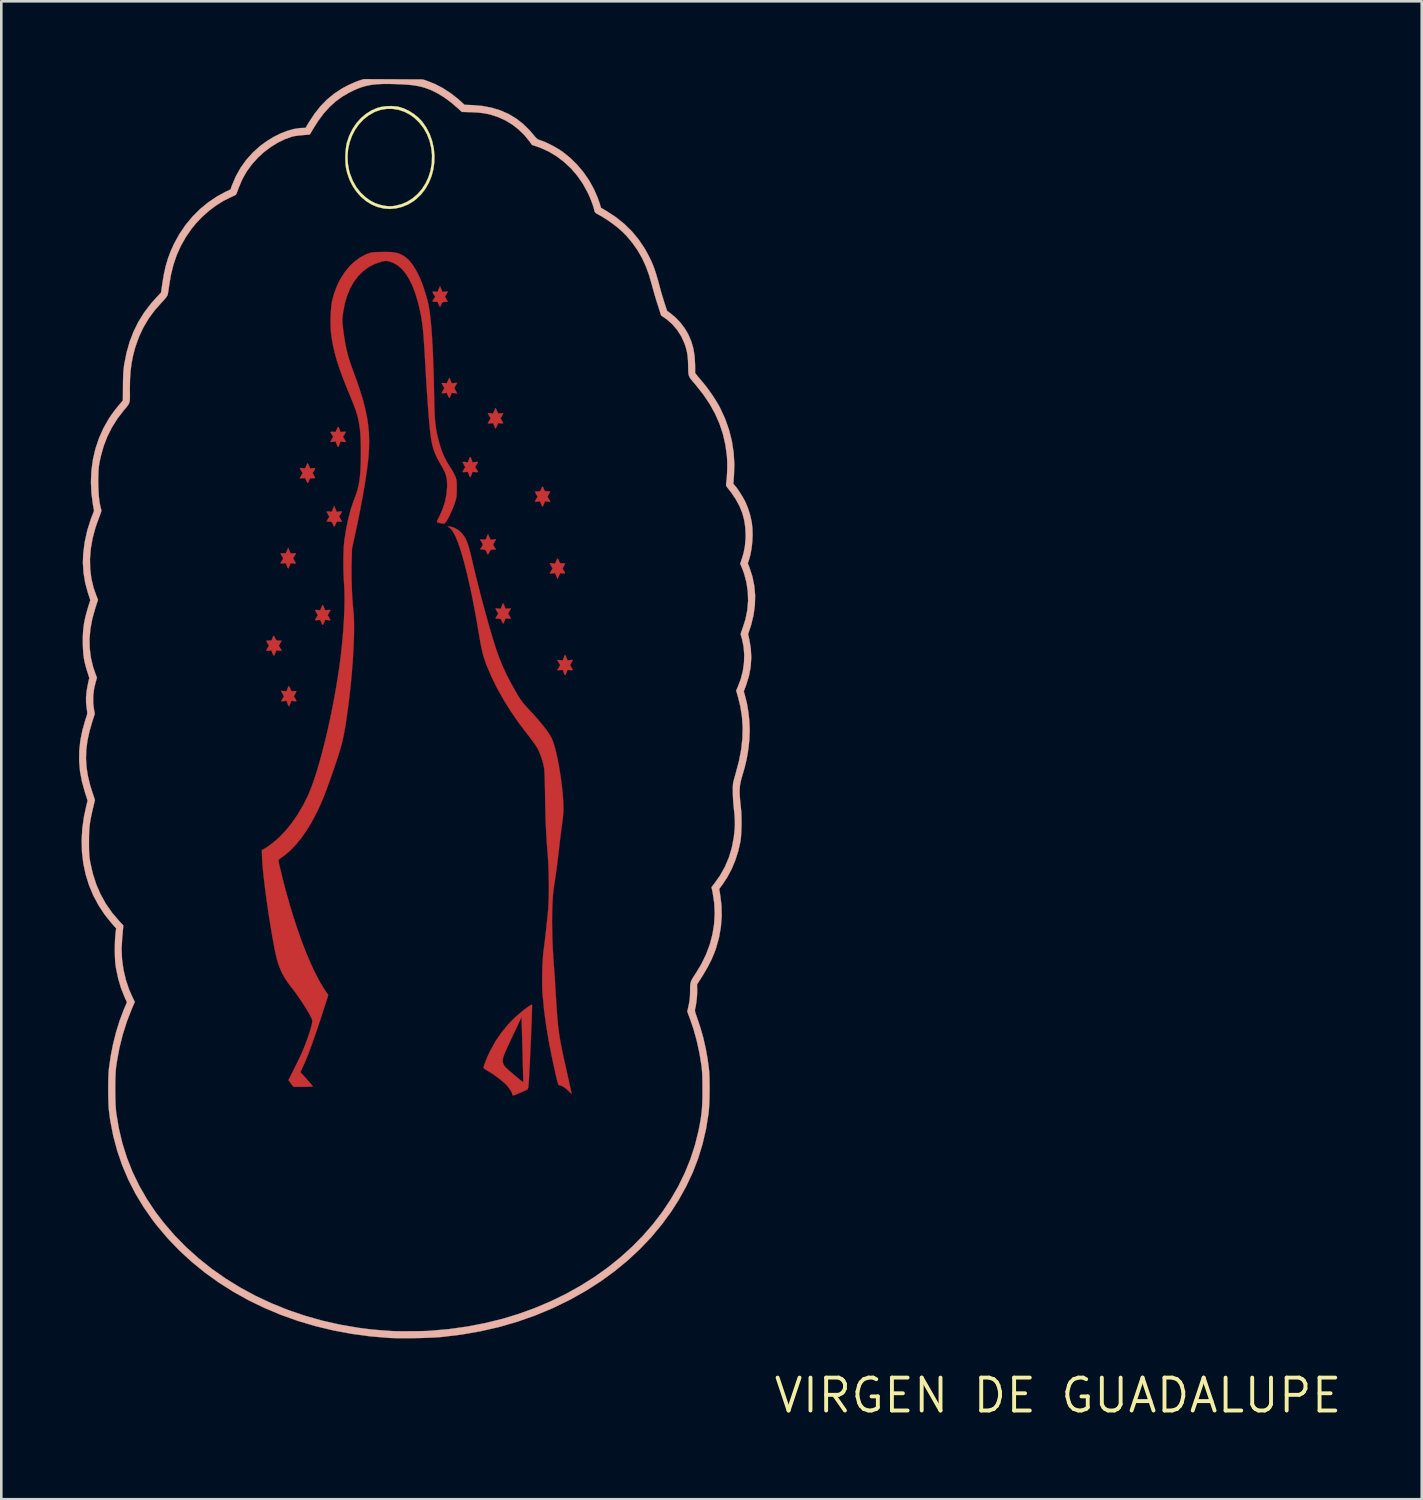
<source format=kicad_pcb>
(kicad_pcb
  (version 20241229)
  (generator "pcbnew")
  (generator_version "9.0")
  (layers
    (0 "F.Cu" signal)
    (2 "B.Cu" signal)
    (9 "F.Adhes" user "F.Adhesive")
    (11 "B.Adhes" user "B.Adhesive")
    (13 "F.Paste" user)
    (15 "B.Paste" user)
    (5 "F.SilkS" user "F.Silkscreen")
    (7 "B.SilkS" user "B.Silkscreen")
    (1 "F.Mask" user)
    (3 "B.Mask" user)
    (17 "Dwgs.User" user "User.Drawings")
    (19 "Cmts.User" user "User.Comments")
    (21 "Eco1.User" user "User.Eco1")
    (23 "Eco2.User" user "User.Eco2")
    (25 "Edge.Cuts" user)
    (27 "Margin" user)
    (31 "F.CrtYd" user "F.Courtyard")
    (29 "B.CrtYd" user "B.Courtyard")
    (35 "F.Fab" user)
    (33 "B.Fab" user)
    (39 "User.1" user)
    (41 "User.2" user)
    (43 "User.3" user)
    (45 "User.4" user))
  (footprint "VIRGEN DE GUADALUPE"
    (layer "F.Cu")
    (at 37.797 50.828)
    (property "Reference" "VIRGEN DE GUADALUPE" (at 0 0 0) (layer "F.SilkS") (effects (font (size 1.27 1.27) (thickness 0.15))))
    (attr through_hole)
    (fp_poly (pts (xy -23.407 -39.08) (xy -23.191 -39.101) (xy -23.251 -38.999) (xy -23.311 -38.897) (xy -23.192 -38.686) (xy -23.3 -38.699) (xy -23.408 -38.712) (xy -23.444 -38.617) (xy -23.468 -38.559) (xy -23.489 -38.52) (xy -23.495 -38.512) (xy -23.511 -38.525) (xy -23.536 -38.567) (xy -23.555 -38.608) (xy -23.598 -38.713) (xy -23.695 -38.7) (xy -23.752 -38.696) (xy -23.786 -38.7) (xy -23.791 -38.706) (xy -23.781 -38.734) (xy -23.755 -38.783) (xy -23.74 -38.809) (xy -23.689 -38.893) (xy -23.74 -38.98) (xy -23.77 -39.034) (xy -23.789 -39.074) (xy -23.791 -39.084) (xy -23.773 -39.091) (xy -23.725 -39.092) (xy -23.695 -39.089) (xy -23.598 -39.079) (xy -23.549 -39.187) (xy -23.5 -39.296) (xy -23.407 -39.08)) (stroke (width 0.01) (type solid)) (fill yes) (layer "F.Cu"))
    (fp_poly (pts (xy -19.297 -32.292) (xy -19.27 -32.237) (xy -19.259 -32.209) (xy -19.236 -32.156) (xy -19.212 -32.132) (xy -19.172 -32.126) (xy -19.127 -32.128) (xy -19.069 -32.129) (xy -19.034 -32.125) (xy -19.029 -32.12) (xy -19.039 -32.096) (xy -19.064 -32.048) (xy -19.081 -32.017) (xy -19.134 -31.928) (xy -19.081 -31.851) (xy -19.042 -31.787) (xy -19.032 -31.75) (xy -19.053 -31.736) (xy -19.108 -31.738) (xy -19.123 -31.74) (xy -19.218 -31.755) (xy -19.269 -31.641) (xy -19.32 -31.528) (xy -19.369 -31.64) (xy -19.417 -31.753) (xy -19.519 -31.739) (xy -19.578 -31.733) (xy -19.615 -31.734) (xy -19.622 -31.738) (xy -19.611 -31.762) (xy -19.585 -31.808) (xy -19.566 -31.839) (xy -19.51 -31.928) (xy -19.568 -32.032) (xy -19.626 -32.135) (xy -19.52 -32.128) (xy -19.414 -32.12) (xy -19.37 -32.225) (xy -19.341 -32.285) (xy -19.319 -32.308) (xy -19.297 -32.292)) (stroke (width 0.01) (type solid)) (fill yes) (layer "F.Cu"))
    (fp_poly (pts (xy -29.626 -32.508) (xy -29.524 -32.515) (xy -29.465 -32.518) (xy -29.428 -32.516) (xy -29.422 -32.514) (xy -29.431 -32.492) (xy -29.456 -32.446) (xy -29.476 -32.412) (xy -29.53 -32.32) (xy -29.476 -32.227) (xy -29.445 -32.172) (xy -29.425 -32.135) (xy -29.422 -32.125) (xy -29.441 -32.122) (xy -29.489 -32.123) (xy -29.525 -32.126) (xy -29.628 -32.136) (xy -29.666 -32.037) (xy -29.69 -31.979) (xy -29.71 -31.939) (xy -29.717 -31.93) (xy -29.732 -31.943) (xy -29.753 -31.986) (xy -29.77 -32.029) (xy -29.809 -32.136) (xy -29.911 -32.126) (xy -29.971 -32.124) (xy -30.008 -32.129) (xy -30.014 -32.135) (xy -30.004 -32.162) (xy -29.977 -32.211) (xy -29.961 -32.237) (xy -29.908 -32.322) (xy -29.961 -32.406) (xy -29.993 -32.459) (xy -30.012 -32.497) (xy -30.014 -32.506) (xy -29.995 -32.514) (xy -29.947 -32.517) (xy -29.912 -32.515) (xy -29.81 -32.508) (xy -29.766 -32.621) (xy -29.722 -32.734) (xy -29.626 -32.508)) (stroke (width 0.01) (type solid)) (fill yes) (layer "F.Cu"))
    (fp_poly (pts (xy -19.016 -28.578) (xy -18.993 -28.532) (xy -18.975 -28.488) (xy -18.934 -28.381) (xy -18.833 -28.394) (xy -18.775 -28.399) (xy -18.738 -28.398) (xy -18.733 -28.394) (xy -18.742 -28.37) (xy -18.768 -28.323) (xy -18.787 -28.289) (xy -18.841 -28.197) (xy -18.787 -28.111) (xy -18.755 -28.058) (xy -18.735 -28.021) (xy -18.733 -28.012) (xy -18.751 -28.006) (xy -18.8 -28.005) (xy -18.836 -28.007) (xy -18.94 -28.014) (xy -18.976 -27.914) (xy -18.999 -27.856) (xy -19.02 -27.82) (xy -19.029 -27.813) (xy -19.045 -27.831) (xy -19.068 -27.877) (xy -19.082 -27.914) (xy -19.118 -28.014) (xy -19.225 -28.007) (xy -19.331 -27.999) (xy -19.219 -28.2) (xy -19.272 -28.291) (xy -19.303 -28.346) (xy -19.322 -28.384) (xy -19.325 -28.394) (xy -19.306 -28.399) (xy -19.258 -28.397) (xy -19.222 -28.393) (xy -19.119 -28.38) (xy -19.081 -28.488) (xy -19.057 -28.548) (xy -19.038 -28.587) (xy -19.029 -28.596) (xy -19.016 -28.578)) (stroke (width 0.01) (type solid)) (fill yes) (layer "F.Cu"))
    (fp_poly (pts (xy -29.68 -27.372) (xy -29.656 -27.326) (xy -29.639 -27.289) (xy -29.597 -27.188) (xy -29.499 -27.196) (xy -29.441 -27.197) (xy -29.406 -27.193) (xy -29.401 -27.189) (xy -29.41 -27.164) (xy -29.435 -27.116) (xy -29.452 -27.087) (xy -29.504 -26.998) (xy -29.452 -26.913) (xy -29.422 -26.86) (xy -29.403 -26.821) (xy -29.401 -26.812) (xy -29.419 -26.805) (xy -29.467 -26.805) (xy -29.501 -26.809) (xy -29.602 -26.822) (xy -29.641 -26.714) (xy -29.665 -26.655) (xy -29.685 -26.615) (xy -29.694 -26.607) (xy -29.708 -26.625) (xy -29.73 -26.672) (xy -29.747 -26.715) (xy -29.785 -26.823) (xy -29.889 -26.809) (xy -29.949 -26.804) (xy -29.986 -26.804) (xy -29.993 -26.807) (xy -29.983 -26.83) (xy -29.956 -26.877) (xy -29.937 -26.908) (xy -29.881 -26.996) (xy -29.94 -27.1) (xy -29.998 -27.204) (xy -29.89 -27.196) (xy -29.782 -27.189) (xy -29.746 -27.289) (xy -29.723 -27.347) (xy -29.703 -27.383) (xy -29.695 -27.39) (xy -29.68 -27.372)) (stroke (width 0.01) (type solid)) (fill yes) (layer "F.Cu"))
    (fp_poly (pts (xy -30.267 -29.318) (xy -30.241 -29.278) (xy -30.225 -29.243) (xy -30.197 -29.186) (xy -30.171 -29.157) (xy -30.132 -29.148) (xy -30.077 -29.146) (xy -29.972 -29.146) (xy -30.085 -28.945) (xy -30.028 -28.856) (xy -29.996 -28.802) (xy -29.975 -28.764) (xy -29.972 -28.755) (xy -29.991 -28.75) (xy -30.039 -28.752) (xy -30.075 -28.757) (xy -30.178 -28.77) (xy -30.216 -28.672) (xy -30.241 -28.613) (xy -30.261 -28.573) (xy -30.269 -28.564) (xy -30.285 -28.577) (xy -30.309 -28.618) (xy -30.329 -28.662) (xy -30.374 -28.77) (xy -30.469 -28.756) (xy -30.531 -28.75) (xy -30.559 -28.76) (xy -30.557 -28.791) (xy -30.526 -28.848) (xy -30.513 -28.869) (xy -30.462 -28.95) (xy -30.513 -29.032) (xy -30.543 -29.085) (xy -30.562 -29.123) (xy -30.564 -29.131) (xy -30.545 -29.14) (xy -30.497 -29.146) (xy -30.462 -29.146) (xy -30.4 -29.148) (xy -30.366 -29.16) (xy -30.346 -29.191) (xy -30.331 -29.232) (xy -30.31 -29.288) (xy -30.29 -29.324) (xy -30.285 -29.329) (xy -30.267 -29.318)) (stroke (width 0.01) (type solid)) (fill yes) (layer "F.Cu"))
    (fp_poly (pts (xy -28.954 -35.973) (xy -28.931 -35.925) (xy -28.921 -35.902) (xy -28.87 -35.788) (xy -28.775 -35.802) (xy -28.714 -35.808) (xy -28.686 -35.798) (xy -28.689 -35.767) (xy -28.72 -35.709) (xy -28.731 -35.691) (xy -28.782 -35.61) (xy -28.732 -35.527) (xy -28.701 -35.474) (xy -28.683 -35.435) (xy -28.681 -35.426) (xy -28.7 -35.417) (xy -28.748 -35.414) (xy -28.779 -35.415) (xy -28.839 -35.416) (xy -28.873 -35.406) (xy -28.895 -35.373) (xy -28.911 -35.333) (xy -28.941 -35.265) (xy -28.963 -35.236) (xy -28.984 -35.246) (xy -29.01 -35.294) (xy -29.02 -35.319) (xy -29.063 -35.422) (xy -29.169 -35.415) (xy -29.276 -35.408) (xy -29.218 -35.511) (xy -29.161 -35.614) (xy -29.217 -35.703) (xy -29.25 -35.757) (xy -29.27 -35.795) (xy -29.273 -35.805) (xy -29.255 -35.81) (xy -29.207 -35.808) (xy -29.168 -35.803) (xy -29.105 -35.796) (xy -29.07 -35.801) (xy -29.051 -35.821) (xy -29.039 -35.849) (xy -29.007 -35.932) (xy -28.985 -35.978) (xy -28.97 -35.991) (xy -28.954 -35.973)) (stroke (width 0.01) (type solid)) (fill yes) (layer "F.Cu"))
    (fp_poly (pts (xy -21.957 -33.149) (xy -21.906 -33.035) (xy -21.799 -33.048) (xy -21.693 -33.061) (xy -21.747 -32.968) (xy -21.784 -32.899) (xy -21.798 -32.85) (xy -21.788 -32.805) (xy -21.754 -32.748) (xy -21.748 -32.739) (xy -21.694 -32.66) (xy -21.802 -32.66) (xy -21.866 -32.658) (xy -21.903 -32.647) (xy -21.928 -32.616) (xy -21.952 -32.565) (xy -21.979 -32.51) (xy -22.002 -32.475) (xy -22.01 -32.47) (xy -22.026 -32.488) (xy -22.048 -32.533) (xy -22.058 -32.56) (xy -22.08 -32.613) (xy -22.104 -32.641) (xy -22.145 -32.654) (xy -22.201 -32.66) (xy -22.311 -32.671) (xy -22.257 -32.749) (xy -22.221 -32.807) (xy -22.208 -32.849) (xy -22.219 -32.892) (xy -22.254 -32.952) (xy -22.257 -32.956) (xy -22.288 -33.008) (xy -22.307 -33.043) (xy -22.31 -33.05) (xy -22.291 -33.054) (xy -22.243 -33.052) (xy -22.204 -33.048) (xy -22.141 -33.042) (xy -22.107 -33.047) (xy -22.087 -33.068) (xy -22.077 -33.091) (xy -22.052 -33.155) (xy -22.032 -33.205) (xy -22.008 -33.263) (xy -21.957 -33.149)) (stroke (width 0.01) (type solid)) (fill yes) (layer "F.Cu"))
    (fp_poly (pts (xy -27.848 -34.116) (xy -27.746 -34.128) (xy -27.687 -34.132) (xy -27.65 -34.129) (xy -27.644 -34.125) (xy -27.655 -34.099) (xy -27.682 -34.053) (xy -27.7 -34.026) (xy -27.757 -33.943) (xy -27.7 -33.841) (xy -27.644 -33.74) (xy -27.748 -33.74) (xy -27.81 -33.738) (xy -27.846 -33.726) (xy -27.868 -33.694) (xy -27.888 -33.644) (xy -27.912 -33.589) (xy -27.933 -33.555) (xy -27.941 -33.549) (xy -27.958 -33.567) (xy -27.982 -33.612) (xy -27.996 -33.644) (xy -28.022 -33.701) (xy -28.047 -33.729) (xy -28.087 -33.739) (xy -28.136 -33.74) (xy -28.194 -33.742) (xy -28.231 -33.747) (xy -28.236 -33.751) (xy -28.226 -33.774) (xy -28.2 -33.819) (xy -28.184 -33.845) (xy -28.132 -33.928) (xy -28.184 -34.019) (xy -28.214 -34.074) (xy -28.233 -34.114) (xy -28.236 -34.125) (xy -28.217 -34.131) (xy -28.169 -34.131) (xy -28.131 -34.127) (xy -28.065 -34.122) (xy -28.032 -34.128) (xy -28.023 -34.144) (xy -28.014 -34.181) (xy -27.992 -34.237) (xy -27.983 -34.258) (xy -27.944 -34.343) (xy -27.848 -34.116)) (stroke (width 0.01) (type solid)) (fill yes) (layer "F.Cu"))
    (fp_poly (pts (xy -27.775 -37.383) (xy -27.753 -37.337) (xy -27.738 -37.299) (xy -27.701 -37.197) (xy -27.598 -37.207) (xy -27.539 -37.21) (xy -27.502 -37.207) (xy -27.495 -37.203) (xy -27.506 -37.178) (xy -27.532 -37.131) (xy -27.55 -37.103) (xy -27.604 -37.018) (xy -27.55 -36.925) (xy -27.519 -36.87) (xy -27.499 -36.83) (xy -27.495 -36.819) (xy -27.514 -36.813) (xy -27.562 -36.815) (xy -27.599 -36.819) (xy -27.702 -36.833) (xy -27.74 -36.726) (xy -27.764 -36.666) (xy -27.785 -36.627) (xy -27.794 -36.618) (xy -27.809 -36.636) (xy -27.831 -36.683) (xy -27.847 -36.726) (xy -27.886 -36.833) (xy -27.987 -36.819) (xy -28.045 -36.814) (xy -28.082 -36.816) (xy -28.088 -36.821) (xy -28.078 -36.847) (xy -28.053 -36.896) (xy -28.034 -36.929) (xy -27.981 -37.02) (xy -28.034 -37.099) (xy -28.067 -37.151) (xy -28.086 -37.189) (xy -28.088 -37.197) (xy -28.069 -37.206) (xy -28.021 -37.209) (xy -27.989 -37.207) (xy -27.89 -37.199) (xy -27.847 -37.3) (xy -27.821 -37.358) (xy -27.798 -37.394) (xy -27.79 -37.401) (xy -27.775 -37.383)) (stroke (width 0.01) (type solid)) (fill yes) (layer "F.Cu"))
    (fp_poly (pts (xy -21.663 -38.021) (xy -21.612 -37.91) (xy -21.516 -37.923) (xy -21.46 -37.928) (xy -21.425 -37.924) (xy -21.421 -37.92) (xy -21.431 -37.893) (xy -21.456 -37.844) (xy -21.472 -37.814) (xy -21.524 -37.726) (xy -21.473 -37.643) (xy -21.442 -37.59) (xy -21.424 -37.551) (xy -21.421 -37.542) (xy -21.44 -37.533) (xy -21.487 -37.531) (xy -21.518 -37.534) (xy -21.615 -37.545) (xy -21.658 -37.441) (xy -21.685 -37.384) (xy -21.707 -37.346) (xy -21.716 -37.338) (xy -21.73 -37.356) (xy -21.752 -37.403) (xy -21.767 -37.441) (xy -21.804 -37.543) (xy -21.908 -37.533) (xy -21.968 -37.53) (xy -22.006 -37.533) (xy -22.013 -37.537) (xy -22.003 -37.561) (xy -21.977 -37.608) (xy -21.96 -37.634) (xy -21.929 -37.686) (xy -21.91 -37.722) (xy -21.907 -37.73) (xy -21.918 -37.753) (xy -21.944 -37.798) (xy -21.96 -37.825) (xy -21.992 -37.877) (xy -22.011 -37.914) (xy -22.013 -37.922) (xy -21.995 -37.928) (xy -21.947 -37.926) (xy -21.912 -37.923) (xy -21.81 -37.909) (xy -21.762 -38.02) (xy -21.713 -38.132) (xy -21.663 -38.021)) (stroke (width 0.01) (type solid)) (fill yes) (layer "F.Cu"))
    (fp_poly (pts (xy -19.884 -35.076) (xy -19.862 -35.031) (xy -19.852 -35.004) (xy -19.83 -34.952) (xy -19.807 -34.924) (xy -19.768 -34.913) (xy -19.709 -34.908) (xy -19.599 -34.902) (xy -19.656 -34.801) (xy -19.712 -34.701) (xy -19.656 -34.612) (xy -19.624 -34.559) (xy -19.604 -34.52) (xy -19.6 -34.511) (xy -19.619 -34.506) (xy -19.667 -34.508) (xy -19.704 -34.512) (xy -19.807 -34.526) (xy -19.845 -34.429) (xy -19.869 -34.37) (xy -19.889 -34.331) (xy -19.896 -34.322) (xy -19.911 -34.335) (xy -19.936 -34.377) (xy -19.955 -34.42) (xy -20 -34.526) (xy -20.097 -34.511) (xy -20.153 -34.506) (xy -20.188 -34.51) (xy -20.193 -34.515) (xy -20.183 -34.543) (xy -20.157 -34.592) (xy -20.141 -34.618) (xy -20.09 -34.703) (xy -20.141 -34.791) (xy -20.172 -34.845) (xy -20.19 -34.883) (xy -20.193 -34.892) (xy -20.174 -34.899) (xy -20.125 -34.903) (xy -20.09 -34.904) (xy -20.028 -34.906) (xy -19.993 -34.918) (xy -19.97 -34.951) (xy -19.951 -34.999) (xy -19.927 -35.055) (xy -19.906 -35.089) (xy -19.899 -35.094) (xy -19.884 -35.076)) (stroke (width 0.01) (type solid)) (fill yes) (layer "F.Cu"))
    (fp_poly (pts (xy -23.811 -42.717) (xy -23.763 -42.604) (xy -23.661 -42.618) (xy -23.602 -42.623) (xy -23.565 -42.623) (xy -23.558 -42.619) (xy -23.569 -42.596) (xy -23.595 -42.55) (xy -23.615 -42.518) (xy -23.671 -42.429) (xy -23.615 -42.329) (xy -23.56 -42.23) (xy -23.668 -42.223) (xy -23.733 -42.218) (xy -23.769 -42.204) (xy -23.791 -42.174) (xy -23.81 -42.127) (xy -23.833 -42.073) (xy -23.853 -42.041) (xy -23.859 -42.037) (xy -23.877 -42.055) (xy -23.901 -42.098) (xy -23.907 -42.114) (xy -23.928 -42.167) (xy -23.939 -42.204) (xy -23.939 -42.209) (xy -23.959 -42.22) (xy -24.007 -42.226) (xy -24.045 -42.227) (xy -24.106 -42.23) (xy -24.144 -42.238) (xy -24.151 -42.244) (xy -24.14 -42.27) (xy -24.112 -42.316) (xy -24.096 -42.341) (xy -24.042 -42.421) (xy -24.096 -42.504) (xy -24.136 -42.569) (xy -24.148 -42.606) (xy -24.127 -42.622) (xy -24.074 -42.621) (xy -24.045 -42.617) (xy -23.98 -42.611) (xy -23.947 -42.616) (xy -23.938 -42.632) (xy -23.929 -42.669) (xy -23.907 -42.725) (xy -23.898 -42.746) (xy -23.859 -42.831) (xy -23.811 -42.717)) (stroke (width 0.01) (type solid)) (fill yes) (layer "F.Cu"))
    (fp_poly (pts (xy -28.371 -30.504) (xy -28.35 -30.458) (xy -28.335 -30.42) (xy -28.298 -30.317) (xy -28.193 -30.327) (xy -28.133 -30.33) (xy -28.095 -30.328) (xy -28.088 -30.324) (xy -28.099 -30.299) (xy -28.125 -30.252) (xy -28.141 -30.226) (xy -28.172 -30.174) (xy -28.191 -30.138) (xy -28.194 -30.131) (xy -28.184 -30.108) (xy -28.157 -30.062) (xy -28.141 -30.035) (xy -28.11 -29.983) (xy -28.091 -29.946) (xy -28.088 -29.938) (xy -28.107 -29.933) (xy -28.155 -29.934) (xy -28.191 -29.938) (xy -28.294 -29.951) (xy -28.33 -29.856) (xy -28.355 -29.798) (xy -28.375 -29.759) (xy -28.382 -29.751) (xy -28.399 -29.763) (xy -28.423 -29.805) (xy -28.442 -29.846) (xy -28.487 -29.951) (xy -28.584 -29.937) (xy -28.641 -29.933) (xy -28.675 -29.937) (xy -28.68 -29.943) (xy -28.669 -29.971) (xy -28.643 -30.02) (xy -28.628 -30.045) (xy -28.576 -30.129) (xy -28.629 -30.218) (xy -28.659 -30.273) (xy -28.678 -30.313) (xy -28.681 -30.322) (xy -28.662 -30.329) (xy -28.614 -30.329) (xy -28.583 -30.326) (xy -28.486 -30.315) (xy -28.443 -30.419) (xy -28.417 -30.477) (xy -28.395 -30.514) (xy -28.386 -30.522) (xy -28.371 -30.504)) (stroke (width 0.01) (type solid)) (fill yes) (layer "F.Cu"))
    (fp_poly (pts (xy -22.678 -36.219) (xy -22.656 -36.173) (xy -22.64 -36.133) (xy -22.603 -36.028) (xy -22.498 -36.04) (xy -22.439 -36.045) (xy -22.401 -36.043) (xy -22.394 -36.039) (xy -22.405 -36.014) (xy -22.431 -35.967) (xy -22.447 -35.941) (xy -22.479 -35.889) (xy -22.498 -35.853) (xy -22.5 -35.845) (xy -22.489 -35.822) (xy -22.462 -35.777) (xy -22.447 -35.755) (xy -22.415 -35.704) (xy -22.396 -35.666) (xy -22.394 -35.658) (xy -22.413 -35.649) (xy -22.461 -35.648) (xy -22.498 -35.651) (xy -22.603 -35.663) (xy -22.64 -35.559) (xy -22.664 -35.5) (xy -22.684 -35.462) (xy -22.693 -35.454) (xy -22.708 -35.472) (xy -22.73 -35.519) (xy -22.746 -35.56) (xy -22.784 -35.666) (xy -22.885 -35.653) (xy -22.944 -35.648) (xy -22.98 -35.652) (xy -22.986 -35.658) (xy -22.976 -35.686) (xy -22.949 -35.735) (xy -22.934 -35.76) (xy -22.883 -35.844) (xy -22.935 -35.933) (xy -22.965 -35.988) (xy -22.984 -36.028) (xy -22.987 -36.038) (xy -22.968 -36.044) (xy -22.92 -36.044) (xy -22.885 -36.041) (xy -22.783 -36.029) (xy -22.745 -36.133) (xy -22.721 -36.192) (xy -22.701 -36.229) (xy -22.693 -36.237) (xy -22.678 -36.219)) (stroke (width 0.01) (type solid)) (fill yes) (layer "F.Cu"))
    (fp_poly (pts (xy -21.408 -30.568) (xy -21.386 -30.521) (xy -21.369 -30.478) (xy -21.331 -30.371) (xy -21.227 -30.385) (xy -21.168 -30.39) (xy -21.131 -30.387) (xy -21.124 -30.381) (xy -21.135 -30.354) (xy -21.163 -30.307) (xy -21.177 -30.285) (xy -21.209 -30.234) (xy -21.228 -30.197) (xy -21.23 -30.19) (xy -21.219 -30.163) (xy -21.192 -30.116) (xy -21.177 -30.094) (xy -21.145 -30.044) (xy -21.126 -30.01) (xy -21.124 -30.003) (xy -21.143 -29.996) (xy -21.192 -29.995) (xy -21.228 -29.996) (xy -21.331 -30.004) (xy -21.368 -29.903) (xy -21.391 -29.846) (xy -21.412 -29.809) (xy -21.421 -29.803) (xy -21.438 -29.821) (xy -21.462 -29.866) (xy -21.475 -29.898) (xy -21.498 -29.955) (xy -21.522 -29.983) (xy -21.562 -29.992) (xy -21.614 -29.993) (xy -21.673 -29.995) (xy -21.711 -30) (xy -21.717 -30.004) (xy -21.707 -30.027) (xy -21.68 -30.073) (xy -21.663 -30.101) (xy -21.609 -30.187) (xy -21.663 -30.279) (xy -21.694 -30.334) (xy -21.714 -30.374) (xy -21.717 -30.385) (xy -21.698 -30.391) (xy -21.65 -30.389) (xy -21.616 -30.385) (xy -21.515 -30.371) (xy -21.476 -30.479) (xy -21.452 -30.538) (xy -21.432 -30.577) (xy -21.423 -30.586) (xy -21.408 -30.568)) (stroke (width 0.01) (type solid)) (fill yes) (layer "F.Cu"))
    (fp_poly (pts (xy -20.304 -15.061) (xy -20.304 -15) (xy -20.307 -14.905) (xy -20.311 -14.78) (xy -20.316 -14.628) (xy -20.322 -14.454) (xy -20.33 -14.263) (xy -20.338 -14.057) (xy -20.347 -13.841) (xy -20.357 -13.62) (xy -20.367 -13.396) (xy -20.377 -13.174) (xy -20.387 -12.959) (xy -20.397 -12.754) (xy -20.407 -12.563) (xy -20.416 -12.39) (xy -20.425 -12.24) (xy -20.428 -12.183) (xy -20.437 -12.052) (xy -20.445 -11.956) (xy -20.454 -11.891) (xy -20.465 -11.849) (xy -20.478 -11.825) (xy -20.485 -11.819) (xy -20.518 -11.8) (xy -20.58 -11.77) (xy -20.662 -11.733) (xy -20.754 -11.693) (xy -20.846 -11.654) (xy -20.929 -11.62) (xy -20.992 -11.596) (xy -21.013 -11.59) (xy -21.05 -11.586) (xy -21.061 -11.609) (xy -21.075 -11.666) (xy -21.112 -11.743) (xy -21.168 -11.832) (xy -21.237 -11.923) (xy -21.286 -11.98) (xy -21.388 -12.08) (xy -21.519 -12.19) (xy -21.666 -12.304) (xy -21.82 -12.411) (xy -21.97 -12.506) (xy -21.998 -12.521) (xy -22.076 -12.568) (xy -22.137 -12.61) (xy -22.175 -12.641) (xy -22.182 -12.653) (xy -22.174 -12.692) (xy -22.152 -12.762) (xy -22.118 -12.854) (xy -22.092 -12.919) (xy -21.441 -12.919) (xy -21.436 -12.874) (xy -21.425 -12.83) (xy -21.407 -12.786) (xy -21.404 -12.78) (xy -21.384 -12.742) (xy -21.352 -12.7) (xy -21.305 -12.649) (xy -21.238 -12.586) (xy -21.148 -12.506) (xy -21.029 -12.404) (xy -21.007 -12.385) (xy -20.903 -12.299) (xy -20.811 -12.222) (xy -20.735 -12.16) (xy -20.68 -12.116) (xy -20.65 -12.094) (xy -20.646 -12.092) (xy -20.645 -12.114) (xy -20.646 -12.174) (xy -20.648 -12.268) (xy -20.65 -12.393) (xy -20.654 -12.544) (xy -20.658 -12.717) (xy -20.663 -12.909) (xy -20.668 -13.116) (xy -20.67 -13.187) (xy -20.676 -13.404) (xy -20.682 -13.614) (xy -20.688 -13.81) (xy -20.693 -13.99) (xy -20.697 -14.147) (xy -20.701 -14.277) (xy -20.704 -14.375) (xy -20.706 -14.437) (xy -20.706 -14.444) (xy -20.712 -14.611) (xy -21.069 -13.851) (xy -21.167 -13.643) (xy -21.248 -13.469) (xy -21.313 -13.325) (xy -21.363 -13.207) (xy -21.399 -13.112) (xy -21.424 -13.034) (xy -21.437 -12.972) (xy -21.441 -12.919) (xy -22.092 -12.919) (xy -22.076 -12.959) (xy -22.03 -13.071) (xy -21.981 -13.181) (xy -21.935 -13.28) (xy -21.924 -13.301) (xy -21.717 -13.674) (xy -21.483 -14.017) (xy -21.22 -14.335) (xy -21.072 -14.489) (xy -20.972 -14.585) (xy -20.865 -14.683) (xy -20.754 -14.778) (xy -20.646 -14.866) (xy -20.544 -14.945) (xy -20.454 -15.01) (xy -20.381 -15.057) (xy -20.33 -15.083) (xy -20.305 -15.084) (xy -20.304 -15.061)) (stroke (width 0.01) (type solid)) (fill yes) (layer "F.Cu"))
    (fp_poly (pts (xy -23.403 -33.534) (xy -23.292 -33.493) (xy -23.182 -33.433) (xy -23.096 -33.368) (xy -23.018 -33.291) (xy -22.95 -33.207) (xy -22.889 -33.11) (xy -22.834 -32.997) (xy -22.782 -32.861) (xy -22.731 -32.698) (xy -22.68 -32.504) (xy -22.626 -32.273) (xy -22.557 -31.975) (xy -22.48 -31.655) (xy -22.397 -31.322) (xy -22.31 -30.98) (xy -22.219 -30.636) (xy -22.128 -30.296) (xy -22.036 -29.965) (xy -21.947 -29.65) (xy -21.861 -29.356) (xy -21.78 -29.09) (xy -21.706 -28.858) (xy -21.688 -28.802) (xy -21.569 -28.469) (xy -21.435 -28.144) (xy -21.283 -27.818) (xy -21.109 -27.482) (xy -20.909 -27.128) (xy -20.866 -27.055) (xy -20.773 -26.905) (xy -20.686 -26.78) (xy -20.596 -26.668) (xy -20.501 -26.564) (xy -20.263 -26.309) (xy -20.056 -26.076) (xy -19.88 -25.865) (xy -19.736 -25.677) (xy -19.625 -25.512) (xy -19.548 -25.372) (xy -19.543 -25.363) (xy -19.49 -25.23) (xy -19.437 -25.06) (xy -19.383 -24.859) (xy -19.331 -24.631) (xy -19.282 -24.382) (xy -19.236 -24.118) (xy -19.194 -23.844) (xy -19.158 -23.566) (xy -19.129 -23.288) (xy -19.114 -23.115) (xy -19.101 -22.911) (xy -19.095 -22.735) (xy -19.096 -22.574) (xy -19.106 -22.413) (xy -19.124 -22.239) (xy -19.144 -22.091) (xy -19.16 -21.975) (xy -19.179 -21.825) (xy -19.201 -21.652) (xy -19.224 -21.465) (xy -19.246 -21.273) (xy -19.268 -21.084) (xy -19.272 -21.05) (xy -19.294 -20.862) (xy -19.317 -20.665) (xy -19.342 -20.471) (xy -19.366 -20.289) (xy -19.388 -20.128) (xy -19.408 -19.998) (xy -19.41 -19.981) (xy -19.44 -19.786) (xy -19.465 -19.616) (xy -19.484 -19.462) (xy -19.498 -19.313) (xy -19.509 -19.159) (xy -19.518 -18.99) (xy -19.525 -18.797) (xy -19.529 -18.627) (xy -19.533 -18.309) (xy -19.529 -17.96) (xy -19.519 -17.589) (xy -19.502 -17.207) (xy -19.479 -16.824) (xy -19.463 -16.605) (xy -19.453 -16.473) (xy -19.441 -16.311) (xy -19.429 -16.129) (xy -19.417 -15.939) (xy -19.406 -15.754) (xy -19.4 -15.653) (xy -19.381 -15.341) (xy -19.364 -15.067) (xy -19.348 -14.824) (xy -19.331 -14.607) (xy -19.314 -14.41) (xy -19.295 -14.228) (xy -19.274 -14.055) (xy -19.249 -13.887) (xy -19.221 -13.717) (xy -19.188 -13.54) (xy -19.151 -13.35) (xy -19.107 -13.143) (xy -19.056 -12.912) (xy -19.007 -12.691) (xy -18.962 -12.488) (xy -18.919 -12.299) (xy -18.881 -12.126) (xy -18.848 -11.974) (xy -18.82 -11.846) (xy -18.799 -11.748) (xy -18.786 -11.681) (xy -18.78 -11.652) (xy -18.78 -11.65) (xy -18.796 -11.662) (xy -18.835 -11.697) (xy -18.888 -11.749) (xy -18.906 -11.768) (xy -18.996 -11.848) (xy -19.09 -11.915) (xy -19.178 -11.961) (xy -19.25 -11.98) (xy -19.258 -11.98) (xy -19.272 -11.985) (xy -19.287 -12.004) (xy -19.302 -12.04) (xy -19.321 -12.1) (xy -19.344 -12.188) (xy -19.373 -12.309) (xy -19.396 -12.409) (xy -19.543 -13.083) (xy -19.667 -13.722) (xy -19.766 -14.327) (xy -19.842 -14.897) (xy -19.894 -15.434) (xy -19.898 -15.488) (xy -19.909 -15.685) (xy -19.914 -15.907) (xy -19.915 -16.143) (xy -19.912 -16.385) (xy -19.903 -16.622) (xy -19.891 -16.845) (xy -19.875 -17.045) (xy -19.856 -17.209) (xy -19.834 -17.37) (xy -19.81 -17.564) (xy -19.785 -17.781) (xy -19.759 -18.01) (xy -19.734 -18.241) (xy -19.711 -18.466) (xy -19.692 -18.674) (xy -19.682 -18.785) (xy -19.669 -18.991) (xy -19.66 -19.23) (xy -19.655 -19.492) (xy -19.655 -19.771) (xy -19.66 -20.055) (xy -19.668 -20.338) (xy -19.681 -20.608) (xy -19.698 -20.859) (xy -19.702 -20.913) (xy -19.725 -21.203) (xy -19.745 -21.489) (xy -19.761 -21.777) (xy -19.775 -22.074) (xy -19.786 -22.39) (xy -19.794 -22.73) (xy -19.801 -23.103) (xy -19.803 -23.22) (xy -19.806 -23.409) (xy -19.81 -23.593) (xy -19.814 -23.763) (xy -19.819 -23.915) (xy -19.825 -24.043) (xy -19.83 -24.141) (xy -19.835 -24.202) (xy -19.836 -24.204) (xy -19.864 -24.354) (xy -19.91 -24.525) (xy -19.97 -24.702) (xy -20.038 -24.87) (xy -20.093 -24.984) (xy -20.135 -25.052) (xy -20.197 -25.146) (xy -20.275 -25.255) (xy -20.363 -25.373) (xy -20.454 -25.49) (xy -20.464 -25.503) (xy -20.798 -25.941) (xy -21.109 -26.389) (xy -21.392 -26.843) (xy -21.647 -27.296) (xy -21.869 -27.745) (xy -22.055 -28.183) (xy -22.085 -28.263) (xy -22.128 -28.381) (xy -22.165 -28.496) (xy -22.199 -28.614) (xy -22.231 -28.742) (xy -22.263 -28.885) (xy -22.295 -29.05) (xy -22.33 -29.244) (xy -22.369 -29.473) (xy -22.374 -29.506) (xy -22.449 -29.942) (xy -22.526 -30.364) (xy -22.605 -30.77) (xy -22.686 -31.158) (xy -22.767 -31.524) (xy -22.849 -31.865) (xy -22.93 -32.179) (xy -23.01 -32.464) (xy -23.088 -32.715) (xy -23.164 -32.931) (xy -23.236 -33.109) (xy -23.262 -33.166) (xy -23.323 -33.286) (xy -23.374 -33.375) (xy -23.42 -33.438) (xy -23.466 -33.483) (xy -23.503 -33.509) (xy -23.569 -33.549) (xy -23.501 -33.549) (xy -23.403 -33.534)) (stroke (width 0.01) (type solid)) (fill yes) (layer "F.Cu"))
    (fp_poly (pts (xy -25.787 -44.148) (xy -25.657 -44.137) (xy -25.546 -44.118) (xy -25.448 -44.089) (xy -25.354 -44.051) (xy -25.343 -44.046) (xy -25.19 -43.95) (xy -25.043 -43.814) (xy -24.902 -43.637) (xy -24.769 -43.42) (xy -24.643 -43.163) (xy -24.525 -42.869) (xy -24.415 -42.536) (xy -24.344 -42.286) (xy -24.308 -42.126) (xy -24.274 -41.935) (xy -24.243 -41.711) (xy -24.214 -41.453) (xy -24.188 -41.161) (xy -24.165 -40.832) (xy -24.145 -40.467) (xy -24.127 -40.064) (xy -24.111 -39.622) (xy -24.097 -39.14) (xy -24.087 -38.661) (xy -24.081 -38.394) (xy -24.076 -38.164) (xy -24.069 -37.966) (xy -24.061 -37.795) (xy -24.05 -37.645) (xy -24.038 -37.512) (xy -24.023 -37.39) (xy -24.004 -37.274) (xy -23.982 -37.159) (xy -23.955 -37.039) (xy -23.923 -36.91) (xy -23.919 -36.892) (xy -23.847 -36.636) (xy -23.768 -36.41) (xy -23.676 -36.202) (xy -23.565 -35.998) (xy -23.46 -35.832) (xy -23.398 -35.732) (xy -23.339 -35.628) (xy -23.29 -35.533) (xy -23.268 -35.482) (xy -23.246 -35.423) (xy -23.23 -35.37) (xy -23.22 -35.315) (xy -23.214 -35.248) (xy -23.212 -35.158) (xy -23.211 -35.037) (xy -23.211 -35.02) (xy -23.212 -34.891) (xy -23.216 -34.793) (xy -23.222 -34.715) (xy -23.234 -34.646) (xy -23.252 -34.575) (xy -23.27 -34.513) (xy -23.313 -34.385) (xy -23.366 -34.248) (xy -23.426 -34.111) (xy -23.488 -33.979) (xy -23.549 -33.862) (xy -23.605 -33.766) (xy -23.653 -33.698) (xy -23.675 -33.676) (xy -23.708 -33.664) (xy -23.766 -33.666) (xy -23.854 -33.683) (xy -23.964 -33.711) (xy -23.977 -33.72) (xy -23.977 -33.743) (xy -23.961 -33.786) (xy -23.928 -33.854) (xy -23.896 -33.915) (xy -23.769 -34.194) (xy -23.673 -34.485) (xy -23.611 -34.78) (xy -23.584 -35.07) (xy -23.584 -35.218) (xy -23.597 -35.378) (xy -23.624 -35.515) (xy -23.669 -35.645) (xy -23.738 -35.784) (xy -23.774 -35.845) (xy -23.877 -36.024) (xy -23.963 -36.184) (xy -24.034 -36.334) (xy -24.091 -36.48) (xy -24.138 -36.63) (xy -24.176 -36.791) (xy -24.207 -36.97) (xy -24.234 -37.175) (xy -24.26 -37.413) (xy -24.266 -37.486) (xy -24.291 -37.771) (xy -24.317 -38.096) (xy -24.343 -38.458) (xy -24.37 -38.853) (xy -24.396 -39.28) (xy -24.423 -39.736) (xy -24.437 -39.994) (xy -24.455 -40.304) (xy -24.472 -40.576) (xy -24.488 -40.816) (xy -24.506 -41.028) (xy -24.524 -41.217) (xy -24.545 -41.389) (xy -24.568 -41.548) (xy -24.593 -41.698) (xy -24.623 -41.846) (xy -24.656 -41.995) (xy -24.695 -42.151) (xy -24.712 -42.219) (xy -24.809 -42.546) (xy -24.92 -42.837) (xy -25.043 -43.092) (xy -25.179 -43.31) (xy -25.327 -43.489) (xy -25.487 -43.629) (xy -25.657 -43.73) (xy -25.838 -43.79) (xy -25.845 -43.792) (xy -25.914 -43.803) (xy -25.976 -43.804) (xy -26.048 -43.792) (xy -26.12 -43.775) (xy -26.378 -43.688) (xy -26.615 -43.565) (xy -26.83 -43.408) (xy -27.021 -43.216) (xy -27.189 -42.993) (xy -27.332 -42.739) (xy -27.449 -42.454) (xy -27.54 -42.141) (xy -27.603 -41.8) (xy -27.619 -41.668) (xy -27.627 -41.577) (xy -27.629 -41.489) (xy -27.624 -41.391) (xy -27.613 -41.272) (xy -27.599 -41.16) (xy -27.561 -40.882) (xy -27.521 -40.637) (xy -27.476 -40.412) (xy -27.424 -40.198) (xy -27.362 -39.983) (xy -27.286 -39.757) (xy -27.199 -39.518) (xy -27.052 -39.115) (xy -26.927 -38.742) (xy -26.823 -38.395) (xy -26.74 -38.068) (xy -26.676 -37.756) (xy -26.631 -37.453) (xy -26.604 -37.156) (xy -26.594 -36.858) (xy -26.6 -36.555) (xy -26.621 -36.242) (xy -26.639 -36.071) (xy -26.679 -35.745) (xy -26.732 -35.383) (xy -26.797 -34.986) (xy -26.873 -34.56) (xy -26.96 -34.106) (xy -27.056 -33.629) (xy -27.146 -33.211) (xy -27.258 -32.692) (xy -27.272 -32.184) (xy -27.276 -31.957) (xy -27.276 -31.71) (xy -27.272 -31.454) (xy -27.264 -31.197) (xy -27.254 -30.948) (xy -27.24 -30.716) (xy -27.224 -30.51) (xy -27.21 -30.372) (xy -27.191 -30.159) (xy -27.18 -29.908) (xy -27.177 -29.624) (xy -27.181 -29.31) (xy -27.193 -28.971) (xy -27.212 -28.611) (xy -27.237 -28.233) (xy -27.269 -27.842) (xy -27.307 -27.441) (xy -27.351 -27.035) (xy -27.401 -26.628) (xy -27.455 -26.236) (xy -27.488 -26.009) (xy -27.52 -25.809) (xy -27.551 -25.628) (xy -27.583 -25.461) (xy -27.618 -25.301) (xy -27.658 -25.141) (xy -27.703 -24.976) (xy -27.757 -24.8) (xy -27.819 -24.604) (xy -27.893 -24.384) (xy -27.979 -24.133) (xy -28.013 -24.035) (xy -28.105 -23.771) (xy -28.187 -23.541) (xy -28.262 -23.34) (xy -28.331 -23.16) (xy -28.397 -22.997) (xy -28.463 -22.844) (xy -28.53 -22.694) (xy -28.602 -22.543) (xy -28.639 -22.468) (xy -28.821 -22.126) (xy -29.014 -21.808) (xy -29.218 -21.519) (xy -29.429 -21.261) (xy -29.645 -21.038) (xy -29.862 -20.853) (xy -29.958 -20.785) (xy -30.024 -20.737) (xy -30.073 -20.696) (xy -30.097 -20.668) (xy -30.098 -20.664) (xy -30.094 -20.63) (xy -30.08 -20.561) (xy -30.058 -20.463) (xy -30.029 -20.341) (xy -29.996 -20.202) (xy -29.959 -20.052) (xy -29.92 -19.895) (xy -29.88 -19.739) (xy -29.841 -19.588) (xy -29.811 -19.477) (xy -29.667 -18.963) (xy -29.517 -18.47) (xy -29.362 -18) (xy -29.204 -17.554) (xy -29.043 -17.136) (xy -28.88 -16.748) (xy -28.717 -16.393) (xy -28.554 -16.073) (xy -28.392 -15.79) (xy -28.255 -15.578) (xy -28.173 -15.461) (xy -28.363 -14.869) (xy -28.483 -14.497) (xy -28.6 -14.148) (xy -28.711 -13.825) (xy -28.815 -13.531) (xy -28.913 -13.269) (xy -29.002 -13.04) (xy -29.082 -12.847) (xy -29.137 -12.726) (xy -29.25 -12.488) (xy -29.013 -12.221) (xy -28.934 -12.132) (xy -28.865 -12.053) (xy -28.812 -11.99) (xy -28.778 -11.949) (xy -28.769 -11.936) (xy -28.787 -11.93) (xy -28.841 -11.924) (xy -28.927 -11.92) (xy -29.038 -11.918) (xy -29.139 -11.917) (xy -29.517 -11.918) (xy -29.614 -12.047) (xy -29.712 -12.175) (xy -29.486 -12.623) (xy -29.413 -12.769) (xy -29.339 -12.921) (xy -29.269 -13.068) (xy -29.207 -13.201) (xy -29.159 -13.31) (xy -29.148 -13.335) (xy -29.075 -13.516) (xy -29.006 -13.699) (xy -28.943 -13.877) (xy -28.888 -14.044) (xy -28.843 -14.194) (xy -28.81 -14.322) (xy -28.791 -14.421) (xy -28.787 -14.471) (xy -28.799 -14.519) (xy -28.833 -14.596) (xy -28.886 -14.698) (xy -28.954 -14.818) (xy -29.036 -14.953) (xy -29.127 -15.097) (xy -29.224 -15.245) (xy -29.325 -15.393) (xy -29.426 -15.535) (xy -29.524 -15.666) (xy -29.58 -15.737) (xy -29.724 -15.927) (xy -29.842 -16.102) (xy -29.94 -16.274) (xy -30.023 -16.455) (xy -30.099 -16.656) (xy -30.121 -16.721) (xy -30.154 -16.836) (xy -30.19 -16.988) (xy -30.23 -17.173) (xy -30.272 -17.387) (xy -30.316 -17.625) (xy -30.361 -17.882) (xy -30.407 -18.155) (xy -30.451 -18.437) (xy -30.495 -18.726) (xy -30.537 -19.015) (xy -30.577 -19.302) (xy -30.614 -19.581) (xy -30.646 -19.848) (xy -30.675 -20.097) (xy -30.698 -20.326) (xy -30.715 -20.529) (xy -30.726 -20.701) (xy -30.727 -20.725) (xy -30.74 -21.057) (xy -30.657 -21.099) (xy -30.569 -21.152) (xy -30.46 -21.227) (xy -30.338 -21.319) (xy -30.214 -21.421) (xy -30.094 -21.526) (xy -30.042 -21.575) (xy -29.806 -21.823) (xy -29.579 -22.106) (xy -29.364 -22.417) (xy -29.166 -22.748) (xy -28.99 -23.093) (xy -28.923 -23.241) (xy -28.821 -23.495) (xy -28.717 -23.787) (xy -28.612 -24.113) (xy -28.507 -24.47) (xy -28.402 -24.853) (xy -28.3 -25.259) (xy -28.199 -25.683) (xy -28.103 -26.121) (xy -28.011 -26.57) (xy -27.925 -27.026) (xy -27.845 -27.484) (xy -27.773 -27.941) (xy -27.762 -28.014) (xy -27.706 -28.424) (xy -27.658 -28.838) (xy -27.618 -29.25) (xy -27.586 -29.654) (xy -27.563 -30.045) (xy -27.549 -30.417) (xy -27.544 -30.765) (xy -27.549 -31.082) (xy -27.562 -31.337) (xy -27.576 -31.573) (xy -27.585 -31.82) (xy -27.589 -32.07) (xy -27.589 -32.316) (xy -27.584 -32.548) (xy -27.574 -32.758) (xy -27.56 -32.939) (xy -27.551 -33.02) (xy -27.485 -33.442) (xy -27.402 -33.842) (xy -27.303 -34.216) (xy -27.189 -34.556) (xy -27.155 -34.643) (xy -27.093 -34.811) (xy -27.042 -34.978) (xy -27 -35.151) (xy -26.968 -35.336) (xy -26.944 -35.537) (xy -26.928 -35.762) (xy -26.918 -36.015) (xy -26.914 -36.304) (xy -26.914 -36.386) (xy -26.915 -36.63) (xy -26.919 -36.84) (xy -26.927 -37.023) (xy -26.938 -37.186) (xy -26.954 -37.336) (xy -26.975 -37.482) (xy -27.002 -37.63) (xy -27.01 -37.668) (xy -27.03 -37.761) (xy -27.054 -37.855) (xy -27.084 -37.954) (xy -27.121 -38.064) (xy -27.168 -38.191) (xy -27.226 -38.341) (xy -27.298 -38.519) (xy -27.376 -38.706) (xy -27.522 -39.065) (xy -27.648 -39.393) (xy -27.755 -39.694) (xy -27.845 -39.972) (xy -27.918 -40.234) (xy -27.978 -40.483) (xy -28.024 -40.724) (xy -28.058 -40.962) (xy -28.069 -41.06) (xy -28.081 -41.224) (xy -28.086 -41.409) (xy -28.084 -41.604) (xy -28.077 -41.799) (xy -28.063 -41.983) (xy -28.045 -42.145) (xy -28.026 -42.253) (xy -27.943 -42.562) (xy -27.832 -42.854) (xy -27.695 -43.126) (xy -27.534 -43.374) (xy -27.353 -43.595) (xy -27.153 -43.785) (xy -26.937 -43.942) (xy -26.708 -44.062) (xy -26.673 -44.076) (xy -26.612 -44.099) (xy -26.56 -44.116) (xy -26.506 -44.128) (xy -26.443 -44.137) (xy -26.363 -44.142) (xy -26.256 -44.146) (xy -26.137 -44.149) (xy -25.945 -44.152) (xy -25.787 -44.148)) (stroke (width 0.01) (type solid)) (fill yes) (layer "F.Cu"))
    (fp_poly (pts (xy -25.165 -48.48) (xy -25.093 -48.473) (xy -25.033 -48.458) (xy -24.966 -48.43) (xy -24.933 -48.414) (xy -24.774 -48.313) (xy -24.639 -48.18) (xy -24.531 -48.019) (xy -24.454 -47.833) (xy -24.44 -47.784) (xy -24.413 -47.694) (xy -24.385 -47.639) (xy -24.347 -47.615) (xy -24.29 -47.616) (xy -24.208 -47.635) (xy -24.025 -47.666) (xy -23.838 -47.663) (xy -23.66 -47.627) (xy -23.549 -47.583) (xy -23.434 -47.514) (xy -23.306 -47.411) (xy -23.169 -47.279) (xy -23.027 -47.123) (xy -22.886 -46.947) (xy -22.749 -46.758) (xy -22.703 -46.688) (xy -22.601 -46.518) (xy -22.516 -46.349) (xy -22.453 -46.189) (xy -22.412 -46.044) (xy -22.397 -45.921) (xy -22.399 -45.873) (xy -22.4 -45.824) (xy -22.382 -45.801) (xy -22.353 -45.793) (xy -22.229 -45.764) (xy -22.101 -45.726) (xy -21.983 -45.684) (xy -21.889 -45.642) (xy -21.872 -45.633) (xy -21.723 -45.524) (xy -21.591 -45.378) (xy -21.48 -45.198) (xy -21.39 -44.988) (xy -21.347 -44.846) (xy -21.32 -44.729) (xy -21.293 -44.582) (xy -21.266 -44.413) (xy -21.241 -44.234) (xy -21.219 -44.056) (xy -21.202 -43.889) (xy -21.191 -43.744) (xy -21.188 -43.656) (xy -21.168 -43.646) (xy -21.113 -43.638) (xy -21.032 -43.634) (xy -21.003 -43.634) (xy -20.781 -43.613) (xy -20.578 -43.555) (xy -20.394 -43.46) (xy -20.231 -43.33) (xy -20.09 -43.164) (xy -19.97 -42.963) (xy -19.872 -42.73) (xy -19.797 -42.463) (xy -19.757 -42.246) (xy -19.74 -42.109) (xy -19.732 -41.979) (xy -19.731 -41.839) (xy -19.736 -41.708) (xy -19.741 -41.559) (xy -19.74 -41.447) (xy -19.732 -41.371) (xy -19.725 -41.34) (xy -19.7 -41.269) (xy -19.507 -41.282) (xy -19.409 -41.287) (xy -19.339 -41.286) (xy -19.281 -41.276) (xy -19.223 -41.257) (xy -19.196 -41.247) (xy -19.007 -41.147) (xy -18.833 -41.011) (xy -18.679 -40.846) (xy -18.553 -40.657) (xy -18.542 -40.636) (xy -18.454 -40.441) (xy -18.38 -40.214) (xy -18.32 -39.966) (xy -18.278 -39.706) (xy -18.253 -39.444) (xy -18.247 -39.188) (xy -18.263 -38.949) (xy -18.276 -38.851) (xy -18.288 -38.771) (xy -18.296 -38.708) (xy -18.298 -38.673) (xy -18.297 -38.67) (xy -18.274 -38.66) (xy -18.221 -38.647) (xy -18.148 -38.632) (xy -18.139 -38.631) (xy -17.939 -38.574) (xy -17.753 -38.479) (xy -17.584 -38.351) (xy -17.437 -38.192) (xy -17.315 -38.006) (xy -17.22 -37.796) (xy -17.186 -37.686) (xy -17.15 -37.52) (xy -17.135 -37.352) (xy -17.142 -37.174) (xy -17.172 -36.978) (xy -17.223 -36.757) (xy -17.242 -36.69) (xy -17.242 -36.663) (xy -17.224 -36.632) (xy -17.182 -36.591) (xy -17.11 -36.533) (xy -17.108 -36.531) (xy -16.951 -36.395) (xy -16.826 -36.257) (xy -16.728 -36.106) (xy -16.648 -35.932) (xy -16.63 -35.884) (xy -16.565 -35.647) (xy -16.539 -35.405) (xy -16.552 -35.155) (xy -16.601 -34.907) (xy -16.647 -34.73) (xy -16.562 -34.664) (xy -16.319 -34.449) (xy -16.114 -34.217) (xy -15.946 -33.966) (xy -15.813 -33.693) (xy -15.715 -33.397) (xy -15.652 -33.078) (xy -15.638 -32.965) (xy -15.627 -32.673) (xy -15.65 -32.369) (xy -15.708 -32.06) (xy -15.715 -32.029) (xy -15.77 -31.814) (xy -15.652 -31.516) (xy -15.543 -31.214) (xy -15.466 -30.934) (xy -15.419 -30.671) (xy -15.403 -30.419) (xy -15.412 -30.205) (xy -15.43 -30.006) (xy -15.441 -29.84) (xy -15.446 -29.695) (xy -15.442 -29.562) (xy -15.431 -29.43) (xy -15.41 -29.289) (xy -15.38 -29.13) (xy -15.34 -28.943) (xy -15.331 -28.903) (xy -15.284 -28.662) (xy -15.258 -28.452) (xy -15.254 -28.267) (xy -15.271 -28.102) (xy -15.31 -27.951) (xy -15.371 -27.809) (xy -15.382 -27.788) (xy -15.435 -27.689) (xy -15.307 -27.537) (xy -15.15 -27.322) (xy -15.035 -27.099) (xy -14.959 -26.863) (xy -14.921 -26.611) (xy -14.916 -26.49) (xy -14.933 -26.242) (xy -14.987 -26.009) (xy -15.079 -25.785) (xy -15.212 -25.569) (xy -15.315 -25.436) (xy -15.384 -25.35) (xy -15.424 -25.29) (xy -15.437 -25.255) (xy -15.434 -25.245) (xy -15.38 -25.168) (xy -15.32 -25.06) (xy -15.257 -24.932) (xy -15.197 -24.793) (xy -15.142 -24.652) (xy -15.099 -24.521) (xy -15.088 -24.482) (xy -15.056 -24.312) (xy -15.041 -24.123) (xy -15.043 -23.931) (xy -15.063 -23.751) (xy -15.088 -23.637) (xy -15.183 -23.379) (xy -15.318 -23.129) (xy -15.494 -22.888) (xy -15.616 -22.751) (xy -15.773 -22.587) (xy -15.73 -22.473) (xy -15.673 -22.28) (xy -15.635 -22.07) (xy -15.621 -21.862) (xy -15.621 -21.85) (xy -15.637 -21.612) (xy -15.686 -21.393) (xy -15.77 -21.187) (xy -15.892 -20.988) (xy -16.053 -20.792) (xy -16.058 -20.786) (xy -16.107 -20.734) (xy -16.14 -20.694) (xy -16.158 -20.658) (xy -16.164 -20.616) (xy -16.159 -20.559) (xy -16.143 -20.479) (xy -16.118 -20.366) (xy -16.117 -20.362) (xy -16.088 -20.164) (xy -16.08 -19.94) (xy -16.092 -19.704) (xy -16.123 -19.467) (xy -16.174 -19.24) (xy -16.188 -19.19) (xy -16.207 -19.124) (xy -16.214 -19.077) (xy -16.21 -19.031) (xy -16.194 -18.971) (xy -16.176 -18.917) (xy -16.136 -18.755) (xy -16.114 -18.574) (xy -16.113 -18.392) (xy -16.128 -18.255) (xy -16.148 -18.154) (xy -16.174 -18.053) (xy -16.21 -17.946) (xy -16.256 -17.826) (xy -16.316 -17.687) (xy -16.391 -17.524) (xy -16.484 -17.331) (xy -16.498 -17.304) (xy -16.569 -17.159) (xy -16.639 -17.017) (xy -16.704 -16.884) (xy -16.76 -16.768) (xy -16.805 -16.678) (xy -16.824 -16.637) (xy -16.876 -16.539) (xy -16.937 -16.438) (xy -16.994 -16.353) (xy -17.007 -16.336) (xy -17.061 -16.274) (xy -17.126 -16.208) (xy -17.194 -16.144) (xy -17.257 -16.091) (xy -17.308 -16.055) (xy -17.334 -16.044) (xy -17.34 -16.065) (xy -17.345 -16.121) (xy -17.351 -16.208) (xy -17.357 -16.32) (xy -17.362 -16.451) (xy -17.365 -16.536) (xy -17.369 -16.684) (xy -17.375 -16.823) (xy -17.381 -16.946) (xy -17.386 -17.046) (xy -17.392 -17.115) (xy -17.394 -17.134) (xy -17.41 -17.24) (xy -17.46 -17.05) (xy -17.507 -16.884) (xy -17.565 -16.693) (xy -17.63 -16.491) (xy -17.697 -16.29) (xy -17.763 -16.105) (xy -17.823 -15.949) (xy -18.021 -15.477) (xy -18.223 -15.047) (xy -18.429 -14.658) (xy -18.639 -14.31) (xy -18.854 -14.002) (xy -19.074 -13.734) (xy -19.13 -13.672) (xy -19.274 -13.519) (xy -19.333 -13.653) (xy -19.372 -13.755) (xy -19.403 -13.86) (xy -19.426 -13.976) (xy -19.443 -14.111) (xy -19.455 -14.274) (xy -19.463 -14.436) (xy -19.468 -14.561) (xy -19.477 -14.717) (xy -19.489 -14.895) (xy -19.502 -15.083) (xy -19.516 -15.271) (xy -19.527 -15.409) (xy -19.554 -15.738) (xy -19.578 -16.046) (xy -19.598 -16.331) (xy -19.614 -16.591) (xy -19.628 -16.824) (xy -19.637 -17.026) (xy -19.642 -17.197) (xy -19.644 -17.334) (xy -19.641 -17.434) (xy -19.634 -17.495) (xy -19.629 -17.511) (xy -19.619 -17.521) (xy -19.598 -17.522) (xy -19.564 -17.513) (xy -19.51 -17.492) (xy -19.432 -17.457) (xy -19.324 -17.406) (xy -19.219 -17.354) (xy -19.096 -17.294) (xy -18.982 -17.239) (xy -18.884 -17.192) (xy -18.808 -17.156) (xy -18.762 -17.135) (xy -18.758 -17.133) (xy -18.688 -17.104) (xy -18.737 -17.172) (xy -18.767 -17.209) (xy -18.822 -17.268) (xy -18.896 -17.345) (xy -18.983 -17.433) (xy -19.067 -17.515) (xy -19.195 -17.641) (xy -19.294 -17.745) (xy -19.37 -17.831) (xy -19.427 -17.905) (xy -19.468 -17.971) (xy -19.498 -18.036) (xy -19.507 -18.06) (xy -19.531 -18.169) (xy -19.538 -18.301) (xy -19.528 -18.441) (xy -19.501 -18.573) (xy -19.498 -18.584) (xy -19.473 -18.671) (xy -19.453 -18.754) (xy -19.442 -18.807) (xy -19.414 -18.906) (xy -19.373 -18.974) (xy -19.322 -19.006) (xy -19.305 -19.007) (xy -19.27 -19.005) (xy -19.198 -19) (xy -19.098 -18.991) (xy -18.974 -18.98) (xy -18.834 -18.966) (xy -18.711 -18.955) (xy -18.492 -18.934) (xy -18.304 -18.919) (xy -18.151 -18.909) (xy -18.032 -18.903) (xy -17.951 -18.904) (xy -17.908 -18.909) (xy -17.905 -18.92) (xy -17.908 -18.923) (xy -17.938 -18.936) (xy -18 -18.962) (xy -18.089 -18.997) (xy -18.197 -19.04) (xy -18.318 -19.087) (xy -18.332 -19.092) (xy -18.559 -19.182) (xy -18.765 -19.269) (xy -18.947 -19.351) (xy -19.1 -19.426) (xy -19.218 -19.491) (xy -19.238 -19.504) (xy -19.331 -19.562) (xy -19.318 -19.735) (xy -19.31 -19.817) (xy -19.295 -19.93) (xy -19.277 -20.059) (xy -19.256 -20.193) (xy -19.246 -20.251) (xy -19.188 -20.595) (xy -19.061 -20.595) (xy -18.89 -20.589) (xy -18.692 -20.574) (xy -18.481 -20.551) (xy -18.268 -20.522) (xy -18.068 -20.488) (xy -17.893 -20.451) (xy -17.844 -20.439) (xy -17.78 -20.423) (xy -17.735 -20.414) (xy -17.722 -20.413) (xy -17.739 -20.423) (xy -17.79 -20.449) (xy -17.871 -20.49) (xy -17.976 -20.542) (xy -18.103 -20.603) (xy -18.246 -20.673) (xy -18.368 -20.732) (xy -18.523 -20.807) (xy -18.667 -20.879) (xy -18.796 -20.944) (xy -18.904 -21) (xy -18.986 -21.044) (xy -19.038 -21.075) (xy -19.055 -21.087) (xy -19.084 -21.134) (xy -19.111 -21.199) (xy -19.116 -21.216) (xy -19.126 -21.273) (xy -19.127 -21.335) (xy -19.118 -21.413) (xy -19.096 -21.512) (xy -19.062 -21.64) (xy -19.048 -21.69) (xy -18.997 -21.865) (xy -18.489 -21.866) (xy -18.251 -21.867) (xy -18.013 -21.871) (xy -17.78 -21.878) (xy -17.557 -21.886) (xy -17.349 -21.896) (xy -17.16 -21.907) (xy -16.994 -21.919) (xy -16.856 -21.933) (xy -16.751 -21.947) (xy -16.684 -21.962) (xy -16.68 -21.963) (xy -16.693 -21.973) (xy -16.741 -22) (xy -16.821 -22.042) (xy -16.929 -22.096) (xy -17.062 -22.162) (xy -17.217 -22.238) (xy -17.39 -22.322) (xy -17.579 -22.412) (xy -17.718 -22.478) (xy -17.917 -22.573) (xy -18.105 -22.663) (xy -18.279 -22.746) (xy -18.434 -22.821) (xy -18.568 -22.886) (xy -18.677 -22.939) (xy -18.756 -22.979) (xy -18.803 -23.003) (xy -18.815 -23.01) (xy -18.827 -23.029) (xy -18.834 -23.065) (xy -18.837 -23.125) (xy -18.836 -23.214) (xy -18.832 -23.324) (xy -18.817 -23.532) (xy -18.791 -23.704) (xy -18.754 -23.846) (xy -18.716 -23.939) (xy -18.68 -24.014) (xy -17.695 -24.187) (xy -17.495 -24.222) (xy -17.306 -24.255) (xy -17.133 -24.285) (xy -16.98 -24.311) (xy -16.852 -24.333) (xy -16.752 -24.349) (xy -16.686 -24.36) (xy -16.658 -24.363) (xy -16.641 -24.368) (xy -16.665 -24.381) (xy -16.711 -24.394) (xy -16.813 -24.424) (xy -16.947 -24.466) (xy -17.106 -24.519) (xy -17.283 -24.579) (xy -17.471 -24.644) (xy -17.663 -24.712) (xy -17.851 -24.78) (xy -18.029 -24.845) (xy -18.189 -24.906) (xy -18.324 -24.959) (xy -18.374 -24.979) (xy -18.587 -25.068) (xy -18.575 -25.176) (xy -18.569 -25.248) (xy -18.561 -25.345) (xy -18.553 -25.448) (xy -18.551 -25.474) (xy -18.537 -25.62) (xy -18.514 -25.783) (xy -18.486 -25.949) (xy -18.454 -26.103) (xy -18.421 -26.23) (xy -18.419 -26.235) (xy -18.381 -26.361) (xy -17.97 -26.431) (xy -17.669 -26.486) (xy -17.405 -26.542) (xy -17.173 -26.602) (xy -16.967 -26.666) (xy -16.782 -26.737) (xy -16.612 -26.816) (xy -16.505 -26.874) (xy -16.424 -26.919) (xy -16.352 -26.957) (xy -16.299 -26.983) (xy -16.288 -26.987) (xy -16.257 -27) (xy -16.239 -27.013) (xy -16.237 -27.025) (xy -16.252 -27.038) (xy -16.289 -27.052) (xy -16.348 -27.068) (xy -16.435 -27.087) (xy -16.55 -27.109) (xy -16.697 -27.136) (xy -16.879 -27.167) (xy -17.098 -27.203) (xy -17.256 -27.229) (xy -17.459 -27.262) (xy -17.65 -27.294) (xy -17.824 -27.323) (xy -17.977 -27.348) (xy -18.105 -27.37) (xy -18.205 -27.387) (xy -18.271 -27.399) (xy -18.3 -27.404) (xy -18.301 -27.405) (xy -18.313 -27.428) (xy -18.327 -27.487) (xy -18.344 -27.575) (xy -18.362 -27.684) (xy -18.379 -27.808) (xy -18.396 -27.94) (xy -18.41 -28.074) (xy -18.422 -28.202) (xy -18.43 -28.318) (xy -18.431 -28.337) (xy -18.442 -28.596) (xy -18.328 -28.646) (xy -18.272 -28.669) (xy -18.186 -28.705) (xy -18.076 -28.748) (xy -17.952 -28.797) (xy -17.821 -28.847) (xy -17.814 -28.85) (xy -17.679 -28.903) (xy -17.546 -28.955) (xy -17.424 -29.004) (xy -17.323 -29.046) (xy -17.253 -29.076) (xy -17.092 -29.148) (xy -17.23 -29.136) (xy -17.298 -29.128) (xy -17.398 -29.116) (xy -17.518 -29.101) (xy -17.648 -29.083) (xy -17.727 -29.071) (xy -17.907 -29.047) (xy -18.07 -29.026) (xy -18.213 -29.01) (xy -18.331 -28.999) (xy -18.42 -28.994) (xy -18.474 -28.995) (xy -18.49 -29) (xy -18.509 -29.047) (xy -18.529 -29.13) (xy -18.55 -29.24) (xy -18.571 -29.371) (xy -18.589 -29.515) (xy -18.596 -29.58) (xy -18.61 -29.705) (xy -18.626 -29.827) (xy -18.643 -29.935) (xy -18.658 -30.016) (xy -18.662 -30.033) (xy -18.681 -30.157) (xy -18.668 -30.259) (xy -18.623 -30.348) (xy -18.576 -30.401) (xy -18.539 -30.43) (xy -18.471 -30.476) (xy -18.378 -30.537) (xy -18.265 -30.607) (xy -18.138 -30.684) (xy -18.018 -30.755) (xy -17.888 -30.831) (xy -17.773 -30.899) (xy -17.675 -30.958) (xy -17.599 -31.004) (xy -17.551 -31.034) (xy -17.535 -31.046) (xy -17.535 -31.046) (xy -17.556 -31.041) (xy -17.61 -31.024) (xy -17.692 -30.998) (xy -17.796 -30.963) (xy -17.916 -30.922) (xy -17.935 -30.915) (xy -18.08 -30.866) (xy -18.222 -30.821) (xy -18.355 -30.782) (xy -18.472 -30.751) (xy -18.569 -30.728) (xy -18.639 -30.715) (xy -18.676 -30.715) (xy -18.68 -30.716) (xy -18.691 -30.742) (xy -18.709 -30.799) (xy -18.732 -30.878) (xy -18.757 -30.968) (xy -18.78 -31.059) (xy -18.801 -31.143) (xy -18.814 -31.209) (xy -18.815 -31.213) (xy -18.825 -31.275) (xy -18.838 -31.37) (xy -18.853 -31.487) (xy -18.868 -31.617) (xy -18.881 -31.723) (xy -18.895 -31.851) (xy -18.909 -31.967) (xy -18.921 -32.064) (xy -18.93 -32.135) (xy -18.935 -32.168) (xy -18.936 -32.188) (xy -18.93 -32.21) (xy -18.912 -32.238) (xy -18.881 -32.277) (xy -18.831 -32.329) (xy -18.761 -32.398) (xy -18.666 -32.488) (xy -18.543 -32.603) (xy -18.542 -32.604) (xy -18.434 -32.706) (xy -18.338 -32.798) (xy -18.257 -32.876) (xy -18.196 -32.937) (xy -18.158 -32.977) (xy -18.147 -32.991) (xy -18.169 -32.988) (xy -18.222 -32.97) (xy -18.299 -32.941) (xy -18.39 -32.904) (xy -18.49 -32.862) (xy -18.589 -32.818) (xy -18.636 -32.797) (xy -18.739 -32.759) (xy -18.84 -32.739) (xy -18.931 -32.738) (xy -19.004 -32.755) (xy -19.049 -32.79) (xy -19.06 -32.814) (xy -19.065 -32.846) (xy -19.076 -32.915) (xy -19.091 -33.014) (xy -19.108 -33.138) (xy -19.129 -33.281) (xy -19.151 -33.437) (xy -19.156 -33.475) (xy -19.178 -33.634) (xy -19.199 -33.782) (xy -19.218 -33.912) (xy -19.234 -34.02) (xy -19.245 -34.098) (xy -19.252 -34.142) (xy -19.253 -34.147) (xy -19.254 -34.168) (xy -19.247 -34.193) (xy -19.228 -34.226) (xy -19.193 -34.271) (xy -19.14 -34.333) (xy -19.066 -34.415) (xy -18.966 -34.522) (xy -18.931 -34.559) (xy -18.831 -34.666) (xy -18.738 -34.765) (xy -18.655 -34.854) (xy -18.589 -34.925) (xy -18.544 -34.973) (xy -18.533 -34.985) (xy -18.514 -35.007) (xy -18.51 -35.019) (xy -18.523 -35.019) (xy -18.557 -35.007) (xy -18.617 -34.98) (xy -18.706 -34.937) (xy -18.827 -34.877) (xy -18.874 -34.854) (xy -19.281 -34.651) (xy -19.322 -34.708) (xy -19.355 -34.762) (xy -19.386 -34.826) (xy -19.418 -34.909) (xy -19.452 -35.017) (xy -19.493 -35.158) (xy -19.506 -35.209) (xy -19.539 -35.321) (xy -19.573 -35.426) (xy -19.605 -35.515) (xy -19.631 -35.574) (xy -19.633 -35.579) (xy -19.664 -35.645) (xy -19.683 -35.706) (xy -19.685 -35.727) (xy -19.696 -35.782) (xy -19.723 -35.844) (xy -19.729 -35.854) (xy -19.754 -35.906) (xy -19.762 -35.948) (xy -19.761 -35.954) (xy -19.767 -35.98) (xy -19.781 -35.983) (xy -19.806 -36.001) (xy -19.812 -36.025) (xy -19.82 -36.066) (xy -19.842 -36.13) (xy -19.866 -36.189) (xy -19.898 -36.273) (xy -19.922 -36.358) (xy -19.931 -36.407) (xy -19.933 -36.44) (xy -19.932 -36.469) (xy -19.922 -36.5) (xy -19.902 -36.538) (xy -19.868 -36.589) (xy -19.817 -36.657) (xy -19.745 -36.75) (xy -19.674 -36.841) (xy -19.505 -37.059) (xy -19.363 -37.253) (xy -19.244 -37.426) (xy -19.146 -37.583) (xy -19.123 -37.622) (xy -19.063 -37.727) (xy -19.163 -37.654) (xy -19.219 -37.614) (xy -19.298 -37.555) (xy -19.39 -37.485) (xy -19.487 -37.412) (xy -19.501 -37.401) (xy -19.638 -37.296) (xy -19.748 -37.215) (xy -19.835 -37.151) (xy -19.905 -37.103) (xy -19.964 -37.066) (xy -20.016 -37.036) (xy -20.055 -37.015) (xy -20.125 -36.98) (xy -20.178 -36.958) (xy -20.219 -36.952) (xy -20.257 -36.965) (xy -20.299 -37.001) (xy -20.35 -37.062) (xy -20.419 -37.151) (xy -20.449 -37.191) (xy -20.522 -37.285) (xy -20.592 -37.37) (xy -20.651 -37.438) (xy -20.695 -37.483) (xy -20.706 -37.493) (xy -20.756 -37.541) (xy -20.809 -37.61) (xy -20.858 -37.689) (xy -20.898 -37.767) (xy -20.923 -37.834) (xy -20.926 -37.875) (xy -20.91 -37.91) (xy -20.874 -37.971) (xy -20.823 -38.054) (xy -20.761 -38.15) (xy -20.715 -38.219) (xy -20.627 -38.351) (xy -20.561 -38.451) (xy -20.516 -38.523) (xy -20.488 -38.571) (xy -20.475 -38.598) (xy -20.477 -38.608) (xy -20.478 -38.608) (xy -20.496 -38.594) (xy -20.539 -38.554) (xy -20.601 -38.494) (xy -20.678 -38.417) (xy -20.759 -38.337) (xy -20.853 -38.245) (xy -20.94 -38.164) (xy -21.015 -38.098) (xy -21.072 -38.054) (xy -21.1 -38.037) (xy -21.134 -38.025) (xy -21.165 -38.022) (xy -21.203 -38.03) (xy -21.257 -38.052) (xy -21.335 -38.089) (xy -21.375 -38.109) (xy -21.534 -38.194) (xy -21.678 -38.283) (xy -21.8 -38.371) (xy -21.891 -38.452) (xy -21.892 -38.454) (xy -21.95 -38.515) (xy -21.868 -38.726) (xy -21.837 -38.8) (xy -21.79 -38.905) (xy -21.73 -39.033) (xy -21.661 -39.178) (xy -21.587 -39.333) (xy -21.509 -39.49) (xy -21.495 -39.519) (xy -21.424 -39.662) (xy -21.361 -39.79) (xy -21.307 -39.901) (xy -21.265 -39.988) (xy -21.237 -40.049) (xy -21.225 -40.078) (xy -21.226 -40.079) (xy -21.243 -40.058) (xy -21.282 -40.006) (xy -21.34 -39.928) (xy -21.415 -39.828) (xy -21.504 -39.708) (xy -21.604 -39.573) (xy -21.712 -39.428) (xy -21.739 -39.391) (xy -21.847 -39.244) (xy -21.948 -39.107) (xy -22.039 -38.985) (xy -22.116 -38.881) (xy -22.176 -38.799) (xy -22.218 -38.743) (xy -22.238 -38.716) (xy -22.24 -38.714) (xy -22.265 -38.715) (xy -22.313 -38.738) (xy -22.375 -38.776) (xy -22.442 -38.825) (xy -22.504 -38.879) (xy -22.533 -38.907) (xy -22.63 -39.034) (xy -22.705 -39.181) (xy -22.76 -39.359) (xy -22.768 -39.391) (xy -22.784 -39.484) (xy -22.789 -39.575) (xy -22.782 -39.673) (xy -22.762 -39.787) (xy -22.728 -39.925) (xy -22.69 -40.058) (xy -22.672 -40.121) (xy -21.209 -40.121) (xy -21.198 -40.111) (xy -21.188 -40.121) (xy -21.198 -40.132) (xy -21.209 -40.121) (xy -22.672 -40.121) (xy -22.664 -40.148) (xy -22.644 -40.223) (xy -22.631 -40.274) (xy -22.628 -40.29) (xy -22.637 -40.284) (xy -22.662 -40.249) (xy -22.696 -40.196) (xy -22.746 -40.124) (xy -22.803 -40.059) (xy -22.859 -40.007) (xy -22.907 -39.976) (xy -22.94 -39.972) (xy -22.944 -39.975) (xy -22.954 -40.001) (xy -22.971 -40.063) (xy -22.993 -40.156) (xy -23.02 -40.272) (xy -23.033 -40.333) (xy -22.627 -40.333) (xy -22.617 -40.322) (xy -22.606 -40.333) (xy -22.617 -40.344) (xy -22.627 -40.333) (xy -23.033 -40.333) (xy -23.047 -40.397) (xy -22.606 -40.397) (xy -22.595 -40.386) (xy -22.585 -40.397) (xy -22.595 -40.407) (xy -22.606 -40.397) (xy -23.047 -40.397) (xy -23.049 -40.407) (xy -23.08 -40.554) (xy -23.112 -40.708) (xy -23.143 -40.862) (xy -23.172 -41.012) (xy -23.197 -41.151) (xy -23.211 -41.229) (xy -23.23 -41.346) (xy -23.246 -41.449) (xy -23.259 -41.542) (xy -23.267 -41.631) (xy -23.272 -41.72) (xy -23.273 -41.815) (xy -23.27 -41.92) (xy -23.263 -42.041) (xy -23.251 -42.182) (xy -23.235 -42.348) (xy -23.215 -42.544) (xy -23.19 -42.776) (xy -23.179 -42.874) (xy -23.158 -43.075) (xy -23.137 -43.265) (xy -23.119 -43.439) (xy -23.103 -43.592) (xy -23.09 -43.72) (xy -23.08 -43.819) (xy -23.074 -43.884) (xy -23.073 -43.911) (xy -23.079 -43.932) (xy -23.094 -43.916) (xy -23.116 -43.869) (xy -23.144 -43.793) (xy -23.175 -43.694) (xy -23.19 -43.642) (xy -23.24 -43.466) (xy -23.283 -43.325) (xy -23.321 -43.213) (xy -23.356 -43.125) (xy -23.391 -43.054) (xy -23.429 -42.996) (xy -23.464 -42.95) (xy -23.52 -42.884) (xy -23.629 -43.004) (xy -23.681 -43.064) (xy -23.72 -43.114) (xy -23.738 -43.144) (xy -23.738 -43.146) (xy -23.748 -43.177) (xy -23.751 -43.18) (xy -23.765 -43.204) (xy -23.791 -43.254) (xy -23.818 -43.311) (xy -23.856 -43.385) (xy -23.911 -43.475) (xy -23.973 -43.567) (xy -23.993 -43.595) (xy -24.057 -43.681) (xy -24.107 -43.752) (xy -24.145 -43.815) (xy -24.173 -43.877) (xy -24.192 -43.943) (xy -24.199 -43.984) (xy -23.072 -43.984) (xy -23.064 -43.967) (xy -23.058 -43.97) (xy -23.055 -43.995) (xy -23.058 -43.998) (xy -23.07 -43.996) (xy -23.072 -43.984) (xy -24.199 -43.984) (xy -24.205 -44.022) (xy -24.212 -44.118) (xy -24.215 -44.24) (xy -24.216 -44.393) (xy -24.217 -44.506) (xy -24.219 -45.053) (xy -24.258 -44.831) (xy -24.289 -44.656) (xy -24.316 -44.517) (xy -24.339 -44.41) (xy -24.36 -44.329) (xy -24.38 -44.27) (xy -24.4 -44.226) (xy -24.423 -44.193) (xy -24.429 -44.186) (xy -24.486 -44.122) (xy -24.747 -44.208) (xy -24.861 -44.247) (xy -24.941 -44.278) (xy -24.992 -44.304) (xy -25.023 -44.328) (xy -25.035 -44.346) (xy -25.061 -44.397) (xy -25.074 -44.35) (xy -25.08 -44.332) (xy -25.092 -44.32) (xy -25.115 -44.312) (xy -25.155 -44.307) (xy -25.221 -44.306) (xy -25.316 -44.306) (xy -25.429 -44.308) (xy -25.771 -44.312) (xy -25.911 -44.244) (xy -26.006 -44.201) (xy -26.075 -44.18) (xy -26.128 -44.183) (xy -26.173 -44.208) (xy -26.201 -44.233) (xy -26.227 -44.267) (xy -26.251 -44.316) (xy -26.277 -44.388) (xy -26.306 -44.488) (xy -26.331 -44.588) (xy -26.357 -44.689) (xy -26.38 -44.771) (xy -26.398 -44.827) (xy -26.409 -44.851) (xy -26.411 -44.85) (xy -26.411 -44.818) (xy -26.406 -44.752) (xy -26.396 -44.661) (xy -26.384 -44.551) (xy -26.375 -44.48) (xy -26.332 -44.145) (xy -26.388 -44.086) (xy -26.437 -44.047) (xy -26.484 -44.027) (xy -26.491 -44.027) (xy -26.541 -44.013) (xy -26.564 -43.995) (xy -26.604 -43.971) (xy -26.646 -43.963) (xy -26.692 -43.957) (xy -26.748 -43.936) (xy -26.819 -43.897) (xy -26.913 -43.836) (xy -26.986 -43.786) (xy -27.073 -43.728) (xy -27.143 -43.694) (xy -27.206 -43.677) (xy -27.235 -43.673) (xy -27.337 -43.665) (xy -27.686 -44.144) (xy -27.777 -44.269) (xy -27.861 -44.382) (xy -27.933 -44.48) (xy -27.991 -44.557) (xy -28.031 -44.609) (xy -28.05 -44.632) (xy -28.051 -44.633) (xy -28.055 -44.635) (xy -28.057 -44.632) (xy -28.054 -44.621) (xy -28.045 -44.598) (xy -28.029 -44.559) (xy -28.005 -44.501) (xy -27.969 -44.421) (xy -27.923 -44.315) (xy -27.862 -44.179) (xy -27.787 -44.009) (xy -27.74 -43.904) (xy -27.662 -43.727) (xy -27.601 -43.585) (xy -27.557 -43.475) (xy -27.527 -43.394) (xy -27.51 -43.339) (xy -27.507 -43.306) (xy -27.507 -43.301) (xy -27.52 -43.266) (xy -27.545 -43.199) (xy -27.58 -43.109) (xy -27.622 -43.004) (xy -27.645 -42.945) (xy -27.721 -42.746) (xy -27.778 -42.581) (xy -27.815 -42.451) (xy -27.833 -42.353) (xy -27.834 -42.32) (xy -27.841 -42.264) (xy -27.854 -42.23) (xy -27.882 -42.221) (xy -27.936 -42.246) (xy -28.013 -42.304) (xy -28.114 -42.395) (xy -28.238 -42.519) (xy -28.384 -42.675) (xy -28.521 -42.825) (xy -28.587 -42.898) (xy -28.644 -42.957) (xy -28.685 -42.997) (xy -28.704 -43.011) (xy -28.697 -42.994) (xy -28.669 -42.946) (xy -28.622 -42.87) (xy -28.56 -42.772) (xy -28.485 -42.655) (xy -28.399 -42.523) (xy -28.331 -42.419) (xy -27.94 -41.827) (xy -27.94 -41.138) (xy -27.941 -40.965) (xy -27.942 -40.809) (xy -27.945 -40.676) (xy -27.948 -40.57) (xy -27.952 -40.494) (xy -27.957 -40.455) (xy -27.959 -40.45) (xy -27.986 -40.462) (xy -28.04 -40.496) (xy -28.112 -40.546) (xy -28.195 -40.606) (xy -28.282 -40.672) (xy -28.367 -40.739) (xy -28.441 -40.801) (xy -28.448 -40.807) (xy -28.508 -40.861) (xy -28.591 -40.938) (xy -28.689 -41.029) (xy -28.792 -41.127) (xy -28.874 -41.206) (xy -28.965 -41.294) (xy -29.046 -41.37) (xy -29.111 -41.431) (xy -29.157 -41.471) (xy -29.177 -41.487) (xy -29.177 -41.487) (xy -29.171 -41.471) (xy -29.146 -41.428) (xy -29.105 -41.365) (xy -29.075 -41.323) (xy -28.908 -41.082) (xy -28.74 -40.84) (xy -28.573 -40.599) (xy -28.408 -40.361) (xy -28.248 -40.13) (xy -28.095 -39.907) (xy -27.949 -39.695) (xy -27.814 -39.497) (xy -27.69 -39.316) (xy -27.579 -39.154) (xy -27.484 -39.013) (xy -27.406 -38.897) (xy -27.347 -38.808) (xy -27.308 -38.748) (xy -27.292 -38.721) (xy -27.259 -38.614) (xy -27.247 -38.505) (xy -27.256 -38.407) (xy -27.275 -38.352) (xy -27.3 -38.302) (xy -27.314 -38.268) (xy -27.315 -38.264) (xy -27.328 -38.242) (xy -27.364 -38.196) (xy -27.416 -38.132) (xy -27.472 -38.067) (xy -27.547 -37.983) (xy -27.603 -37.929) (xy -27.636 -37.908) (xy -27.644 -37.91) (xy -27.668 -37.924) (xy -27.703 -37.912) (xy -27.728 -37.899) (xy -27.753 -37.891) (xy -27.781 -37.89) (xy -27.814 -37.895) (xy -27.856 -37.911) (xy -27.909 -37.938) (xy -27.978 -37.977) (xy -28.063 -38.031) (xy -28.169 -38.101) (xy -28.299 -38.19) (xy -28.454 -38.298) (xy -28.639 -38.427) (xy -28.811 -38.547) (xy -28.986 -38.67) (xy -29.149 -38.784) (xy -29.298 -38.886) (xy -29.429 -38.977) (xy -29.539 -39.052) (xy -29.625 -39.11) (xy -29.685 -39.149) (xy -29.714 -39.166) (xy -29.716 -39.166) (xy -29.582 -39.008) (xy -29.469 -38.875) (xy -29.37 -38.76) (xy -29.278 -38.655) (xy -29.188 -38.554) (xy -29.093 -38.449) (xy -29.006 -38.354) (xy -28.852 -38.184) (xy -28.716 -38.03) (xy -28.599 -37.895) (xy -28.504 -37.782) (xy -28.434 -37.693) (xy -28.391 -37.631) (xy -28.389 -37.629) (xy -28.359 -37.589) (xy -28.333 -37.571) (xy -28.332 -37.571) (xy -28.306 -37.582) (xy -28.252 -37.61) (xy -28.182 -37.651) (xy -28.141 -37.676) (xy -28.067 -37.72) (xy -28.008 -37.753) (xy -27.971 -37.77) (xy -27.964 -37.771) (xy -27.968 -37.759) (xy -27.991 -37.729) (xy -28.033 -37.679) (xy -28.097 -37.606) (xy -28.186 -37.509) (xy -28.3 -37.384) (xy -28.368 -37.31) (xy -28.422 -37.255) (xy -28.464 -37.217) (xy -28.487 -37.204) (xy -28.49 -37.207) (xy -28.503 -37.214) (xy -28.537 -37.194) (xy -28.588 -37.151) (xy -28.651 -37.091) (xy -28.721 -37.018) (xy -28.792 -36.938) (xy -28.86 -36.856) (xy -28.92 -36.778) (xy -28.967 -36.707) (xy -28.971 -36.701) (xy -29.003 -36.659) (xy -29.032 -36.64) (xy -29.035 -36.639) (xy -29.06 -36.626) (xy -29.062 -36.618) (xy -29.07 -36.604) (xy -29.095 -36.601) (xy -29.14 -36.609) (xy -29.207 -36.629) (xy -29.297 -36.663) (xy -29.413 -36.711) (xy -29.556 -36.773) (xy -29.73 -36.852) (xy -29.935 -36.947) (xy -30.174 -37.059) (xy -30.427 -37.18) (xy -30.579 -37.252) (xy -30.693 -37.305) (xy -30.771 -37.337) (xy -30.813 -37.348) (xy -30.821 -37.335) (xy -30.794 -37.299) (xy -30.735 -37.236) (xy -30.645 -37.147) (xy -30.53 -37.036) (xy -30.4 -36.911) (xy -30.253 -36.769) (xy -30.101 -36.623) (xy -29.956 -36.484) (xy -29.831 -36.364) (xy -29.488 -36.036) (xy -29.487 -35.867) (xy -29.493 -35.747) (xy -29.512 -35.621) (xy -29.548 -35.472) (xy -29.55 -35.465) (xy -29.582 -35.347) (xy -29.615 -35.221) (xy -29.645 -35.106) (xy -29.659 -35.052) (xy -29.679 -34.971) (xy -29.696 -34.907) (xy -29.706 -34.871) (xy -29.708 -34.866) (xy -29.731 -34.868) (xy -29.787 -34.885) (xy -29.871 -34.915) (xy -29.978 -34.956) (xy -30.102 -35.005) (xy -30.238 -35.062) (xy -30.382 -35.123) (xy -30.526 -35.186) (xy -30.602 -35.22) (xy -30.733 -35.28) (xy -30.851 -35.332) (xy -30.95 -35.376) (xy -31.026 -35.409) (xy -31.073 -35.429) (xy -31.086 -35.433) (xy -31.084 -35.419) (xy -31.049 -35.379) (xy -30.983 -35.311) (xy -30.885 -35.217) (xy -30.756 -35.097) (xy -30.596 -34.951) (xy -30.427 -34.798) (xy -30.278 -34.665) (xy -30.158 -34.557) (xy -30.062 -34.471) (xy -29.99 -34.402) (xy -29.937 -34.348) (xy -29.902 -34.305) (xy -29.88 -34.27) (xy -29.871 -34.238) (xy -29.87 -34.206) (xy -29.875 -34.172) (xy -29.883 -34.13) (xy -29.887 -34.105) (xy -29.922 -33.911) (xy -29.957 -33.747) (xy -29.992 -33.616) (xy -30.026 -33.52) (xy -30.059 -33.462) (xy -30.087 -33.443) (xy -30.112 -33.452) (xy -30.171 -33.475) (xy -30.258 -33.512) (xy -30.369 -33.56) (xy -30.498 -33.617) (xy -30.64 -33.68) (xy -30.683 -33.699) (xy -30.831 -33.765) (xy -30.97 -33.827) (xy -31.094 -33.883) (xy -31.198 -33.928) (xy -31.276 -33.962) (xy -31.321 -33.982) (xy -31.327 -33.984) (xy -31.401 -34.014) (xy -31.345 -33.967) (xy -31.218 -33.861) (xy -31.064 -33.737) (xy -30.893 -33.603) (xy -30.712 -33.465) (xy -30.53 -33.33) (xy -30.526 -33.327) (xy -30.18 -33.073) (xy -30.192 -32.925) (xy -30.203 -32.823) (xy -30.221 -32.688) (xy -30.247 -32.528) (xy -30.277 -32.351) (xy -30.31 -32.166) (xy -30.346 -31.981) (xy -30.382 -31.804) (xy -30.413 -31.665) (xy -30.492 -31.316) (xy -30.587 -31.323) (xy -30.668 -31.335) (xy -30.786 -31.36) (xy -30.936 -31.397) (xy -31.114 -31.446) (xy -31.315 -31.505) (xy -31.496 -31.56) (xy -31.653 -31.608) (xy -31.8 -31.65) (xy -31.931 -31.686) (xy -32.04 -31.715) (xy -32.123 -31.734) (xy -32.175 -31.742) (xy -32.19 -31.741) (xy -32.176 -31.726) (xy -32.127 -31.693) (xy -32.043 -31.642) (xy -31.927 -31.574) (xy -31.78 -31.491) (xy -31.604 -31.393) (xy -31.4 -31.282) (xy -31.321 -31.238) (xy -31.179 -31.161) (xy -31.043 -31.087) (xy -30.918 -31.017) (xy -30.812 -30.958) (xy -30.731 -30.912) (xy -30.686 -30.885) (xy -30.554 -30.805) (xy -30.548 -30.448) (xy -30.548 -30.288) (xy -30.554 -30.136) (xy -30.564 -29.998) (xy -30.577 -29.879) (xy -30.594 -29.788) (xy -30.613 -29.729) (xy -30.623 -29.715) (xy -30.669 -29.693) (xy -30.752 -29.683) (xy -30.865 -29.682) (xy -31.005 -29.692) (xy -31.165 -29.712) (xy -31.245 -29.725) (xy -31.389 -29.748) (xy -31.549 -29.772) (xy -31.706 -29.795) (xy -31.842 -29.812) (xy -31.856 -29.814) (xy -31.977 -29.829) (xy -32.099 -29.844) (xy -32.206 -29.857) (xy -32.286 -29.867) (xy -32.288 -29.868) (xy -32.361 -29.877) (xy -32.416 -29.881) (xy -32.44 -29.881) (xy -32.441 -29.881) (xy -32.423 -29.872) (xy -32.371 -29.848) (xy -32.288 -29.811) (xy -32.179 -29.764) (xy -32.047 -29.707) (xy -31.897 -29.643) (xy -31.733 -29.573) (xy -31.701 -29.56) (xy -31.528 -29.486) (xy -31.36 -29.415) (xy -31.204 -29.349) (xy -31.066 -29.289) (xy -30.949 -29.24) (xy -30.861 -29.201) (xy -30.807 -29.177) (xy -30.806 -29.177) (xy -30.656 -29.11) (xy -30.63 -28.976) (xy -30.624 -28.927) (xy -30.618 -28.847) (xy -30.614 -28.743) (xy -30.61 -28.624) (xy -30.607 -28.495) (xy -30.605 -28.364) (xy -30.604 -28.238) (xy -30.604 -28.124) (xy -30.606 -28.03) (xy -30.609 -27.962) (xy -30.613 -27.928) (xy -30.615 -27.925) (xy -30.64 -27.914) (xy -30.691 -27.905) (xy -30.772 -27.897) (xy -30.882 -27.892) (xy -31.026 -27.888) (xy -31.204 -27.887) (xy -31.42 -27.887) (xy -31.674 -27.889) (xy -31.873 -27.891) (xy -32.075 -27.893) (xy -32.263 -27.895) (xy -32.432 -27.896) (xy -32.58 -27.897) (xy -32.702 -27.896) (xy -32.794 -27.896) (xy -32.852 -27.894) (xy -32.872 -27.892) (xy -32.872 -27.892) (xy -32.849 -27.881) (xy -32.792 -27.856) (xy -32.707 -27.82) (xy -32.599 -27.776) (xy -32.474 -27.725) (xy -32.337 -27.67) (xy -32.195 -27.613) (xy -32.051 -27.556) (xy -31.913 -27.502) (xy -31.785 -27.452) (xy -31.674 -27.409) (xy -31.584 -27.375) (xy -31.521 -27.352) (xy -31.507 -27.347) (xy -31.342 -27.29) (xy -31.175 -27.226) (xy -31.019 -27.16) (xy -30.884 -27.097) (xy -30.795 -27.05) (xy -30.723 -27.006) (xy -30.679 -26.972) (xy -30.653 -26.938) (xy -30.638 -26.894) (xy -30.63 -26.86) (xy -30.622 -26.803) (xy -30.616 -26.713) (xy -30.611 -26.6) (xy -30.608 -26.474) (xy -30.607 -26.376) (xy -30.607 -26) (xy -30.983 -25.912) (xy -31.127 -25.878) (xy -31.298 -25.84) (xy -31.482 -25.799) (xy -31.663 -25.76) (xy -31.812 -25.728) (xy -32.021 -25.683) (xy -32.21 -25.64) (xy -32.377 -25.601) (xy -32.517 -25.565) (xy -32.627 -25.535) (xy -32.705 -25.51) (xy -32.748 -25.491) (xy -32.754 -25.482) (xy -32.725 -25.465) (xy -32.713 -25.463) (xy -32.686 -25.457) (xy -32.624 -25.439) (xy -32.533 -25.41) (xy -32.418 -25.373) (xy -32.285 -25.329) (xy -32.139 -25.28) (xy -32.116 -25.273) (xy -31.878 -25.193) (xy -31.674 -25.127) (xy -31.497 -25.071) (xy -31.342 -25.025) (xy -31.202 -24.987) (xy -31.072 -24.955) (xy -30.945 -24.928) (xy -30.815 -24.903) (xy -30.686 -24.882) (xy -30.606 -24.869) (xy -30.612 -24.368) (xy -30.618 -23.866) (xy -31.348 -23.544) (xy -31.513 -23.471) (xy -31.666 -23.403) (xy -31.802 -23.342) (xy -31.918 -23.291) (xy -32.009 -23.25) (xy -32.071 -23.223) (xy -32.098 -23.21) (xy -32.099 -23.21) (xy -32.099 -23.203) (xy -32.063 -23.202) (xy -31.999 -23.207) (xy -31.913 -23.216) (xy -31.811 -23.229) (xy -31.702 -23.246) (xy -31.59 -23.265) (xy -31.538 -23.274) (xy -31.303 -23.313) (xy -31.093 -23.336) (xy -30.914 -23.343) (xy -30.768 -23.334) (xy -30.726 -23.326) (xy -30.601 -23.3) (xy -30.614 -22.98) (xy -30.625 -22.798) (xy -30.64 -22.64) (xy -30.659 -22.511) (xy -30.681 -22.415) (xy -30.705 -22.356) (xy -30.715 -22.343) (xy -30.792 -22.276) (xy -30.901 -22.187) (xy -31.04 -22.077) (xy -31.206 -21.948) (xy -31.397 -21.802) (xy -31.611 -21.642) (xy -31.665 -21.601) (xy -31.902 -21.423) (xy -32.104 -21.27) (xy -32.273 -21.141) (xy -32.409 -21.035) (xy -32.512 -20.951) (xy -32.582 -20.891) (xy -32.622 -20.852) (xy -32.629 -20.836) (xy -32.614 -20.838) (xy -32.582 -20.848) (xy -32.517 -20.869) (xy -32.425 -20.897) (xy -32.311 -20.933) (xy -32.183 -20.972) (xy -32.046 -21.014) (xy -31.908 -21.056) (xy -31.775 -21.097) (xy -31.653 -21.134) (xy -31.549 -21.166) (xy -31.47 -21.19) (xy -31.464 -21.192) (xy -31.378 -21.216) (xy -31.274 -21.245) (xy -31.16 -21.275) (xy -31.043 -21.304) (xy -30.933 -21.331) (xy -30.838 -21.354) (xy -30.764 -21.37) (xy -30.722 -21.378) (xy -30.717 -21.378) (xy -30.698 -21.36) (xy -30.672 -21.315) (xy -30.655 -21.277) (xy -30.641 -21.24) (xy -30.631 -21.203) (xy -30.624 -21.158) (xy -30.621 -21.1) (xy -30.621 -21.021) (xy -30.623 -20.914) (xy -30.628 -20.773) (xy -30.629 -20.754) (xy -30.635 -20.62) (xy -30.642 -20.498) (xy -30.65 -20.396) (xy -30.658 -20.319) (xy -30.666 -20.276) (xy -30.667 -20.274) (xy -30.695 -20.233) (xy -30.747 -20.18) (xy -30.812 -20.127) (xy -30.882 -20.075) (xy -30.967 -20.01) (xy -31.059 -19.937) (xy -31.154 -19.862) (xy -31.245 -19.789) (xy -31.326 -19.723) (xy -31.39 -19.669) (xy -31.432 -19.633) (xy -31.444 -19.62) (xy -31.435 -19.614) (xy -31.39 -19.627) (xy -31.309 -19.659) (xy -31.191 -19.71) (xy -31.041 -19.777) (xy -30.944 -19.819) (xy -30.852 -19.856) (xy -30.777 -19.883) (xy -30.742 -19.893) (xy -30.654 -19.912) (xy -30.577 -19.783) (xy -30.502 -19.639) (xy -30.45 -19.494) (xy -30.418 -19.335) (xy -30.401 -19.149) (xy -30.401 -19.135) (xy -30.399 -19.015) (xy -30.401 -18.893) (xy -30.409 -18.785) (xy -30.415 -18.735) (xy -30.432 -18.65) (xy -30.458 -18.572) (xy -30.498 -18.493) (xy -30.555 -18.406) (xy -30.635 -18.302) (xy -30.714 -18.205) (xy -30.769 -18.138) (xy -30.81 -18.084) (xy -30.833 -18.051) (xy -30.835 -18.044) (xy -30.814 -18.047) (xy -30.765 -18.066) (xy -30.717 -18.087) (xy -30.59 -18.136) (xy -30.481 -18.157) (xy -30.394 -18.151) (xy -30.333 -18.119) (xy -30.308 -18.08) (xy -30.254 -17.913) (xy -30.205 -17.711) (xy -30.162 -17.48) (xy -30.142 -17.346) (xy -30.124 -17.215) (xy -30.104 -17.083) (xy -30.085 -16.963) (xy -30.069 -16.868) (xy -30.064 -16.84) (xy -30.048 -16.756) (xy -30.041 -16.704) (xy -30.044 -16.673) (xy -30.057 -16.654) (xy -30.075 -16.639) (xy -30.096 -16.621) (xy -30.107 -16.599) (xy -30.109 -16.565) (xy -30.102 -16.507) (xy -30.089 -16.425) (xy -30.081 -16.359) (xy -30.073 -16.258) (xy -30.064 -16.127) (xy -30.055 -15.974) (xy -30.047 -15.805) (xy -30.04 -15.627) (xy -30.037 -15.536) (xy -30.029 -15.32) (xy -30.018 -15.09) (xy -30.005 -14.856) (xy -29.991 -14.631) (xy -29.976 -14.427) (xy -29.963 -14.279) (xy -29.946 -14.098) (xy -29.935 -13.954) (xy -29.927 -13.84) (xy -29.924 -13.753) (xy -29.925 -13.686) (xy -29.93 -13.633) (xy -29.933 -13.613) (xy -29.952 -13.536) (xy -29.978 -13.459) (xy -30.007 -13.393) (xy -30.034 -13.349) (xy -30.052 -13.336) (xy -30.07 -13.352) (xy -30.108 -13.396) (xy -30.162 -13.461) (xy -30.227 -13.542) (xy -30.256 -13.578) (xy -30.625 -14.084) (xy -30.956 -14.607) (xy -31.248 -15.149) (xy -31.504 -15.709) (xy -31.723 -16.291) (xy -31.906 -16.894) (xy -31.931 -16.986) (xy -32.024 -17.346) (xy -32.025 -17.177) (xy -32.028 -17.073) (xy -32.035 -16.951) (xy -32.045 -16.832) (xy -32.047 -16.806) (xy -32.059 -16.695) (xy -32.071 -16.562) (xy -32.082 -16.429) (xy -32.087 -16.365) (xy -32.096 -16.268) (xy -32.106 -16.186) (xy -32.116 -16.13) (xy -32.123 -16.107) (xy -32.157 -16.101) (xy -32.212 -16.115) (xy -32.277 -16.144) (xy -32.339 -16.183) (xy -32.368 -16.207) (xy -32.408 -16.256) (xy -32.461 -16.34) (xy -32.523 -16.452) (xy -32.594 -16.588) (xy -32.67 -16.742) (xy -32.749 -16.909) (xy -32.827 -17.084) (xy -32.904 -17.261) (xy -32.975 -17.435) (xy -33.039 -17.6) (xy -33.048 -17.624) (xy -33.128 -17.848) (xy -33.201 -18.069) (xy -33.268 -18.292) (xy -33.331 -18.52) (xy -33.39 -18.761) (xy -33.446 -19.017) (xy -33.502 -19.295) (xy -33.557 -19.599) (xy -33.613 -19.934) (xy -33.672 -20.305) (xy -33.685 -20.394) (xy -33.725 -20.658) (xy -33.759 -20.886) (xy -33.788 -21.082) (xy -33.811 -21.251) (xy -33.83 -21.4) (xy -33.845 -21.532) (xy -33.857 -21.654) (xy -33.865 -21.77) (xy -33.87 -21.885) (xy -33.874 -22.005) (xy -33.875 -22.134) (xy -33.876 -22.279) (xy -33.875 -22.443) (xy -33.875 -22.447) (xy -33.874 -22.666) (xy -33.872 -22.848) (xy -33.867 -22.997) (xy -33.861 -23.119) (xy -33.851 -23.219) (xy -33.838 -23.302) (xy -33.822 -23.373) (xy -33.801 -23.436) (xy -33.782 -23.484) (xy -33.742 -23.578) (xy -33.799 -23.622) (xy -33.876 -23.694) (xy -33.963 -23.792) (xy -34.051 -23.906) (xy -34.131 -24.026) (xy -34.192 -24.133) (xy -34.272 -24.31) (xy -34.323 -24.481) (xy -34.347 -24.66) (xy -34.348 -24.86) (xy -34.347 -24.879) (xy -34.336 -25.026) (xy -34.317 -25.153) (xy -34.288 -25.274) (xy -34.244 -25.4) (xy -34.182 -25.546) (xy -34.157 -25.601) (xy -34.096 -25.741) (xy -34.059 -25.857) (xy -34.045 -25.963) (xy -34.054 -26.068) (xy -34.085 -26.186) (xy -34.138 -26.326) (xy -34.202 -26.49) (xy -34.25 -26.627) (xy -34.283 -26.752) (xy -34.304 -26.875) (xy -34.316 -27.01) (xy -34.321 -27.168) (xy -34.322 -27.263) (xy -34.321 -27.404) (xy -34.319 -27.513) (xy -34.313 -27.598) (xy -34.305 -27.668) (xy -34.292 -27.733) (xy -34.273 -27.801) (xy -34.273 -27.802) (xy -34.236 -27.912) (xy -34.181 -28.046) (xy -34.116 -28.191) (xy -34.045 -28.335) (xy -33.974 -28.466) (xy -33.959 -28.491) (xy -33.901 -28.588) (xy -34.009 -28.809) (xy -34.116 -29.047) (xy -34.197 -29.278) (xy -34.26 -29.525) (xy -34.261 -29.528) (xy -34.282 -29.663) (xy -34.296 -29.826) (xy -34.301 -30.005) (xy -34.299 -30.187) (xy -34.29 -30.359) (xy -34.272 -30.509) (xy -34.262 -30.565) (xy -34.185 -30.849) (xy -34.08 -31.125) (xy -33.952 -31.381) (xy -33.875 -31.506) (xy -33.801 -31.617) (xy -33.854 -31.773) (xy -33.911 -31.967) (xy -33.947 -32.154) (xy -33.966 -32.349) (xy -33.968 -32.566) (xy -33.967 -32.618) (xy -33.947 -32.878) (xy -33.903 -33.114) (xy -33.832 -33.332) (xy -33.732 -33.542) (xy -33.599 -33.751) (xy -33.43 -33.966) (xy -33.377 -34.032) (xy -33.338 -34.089) (xy -33.318 -34.127) (xy -33.316 -34.133) (xy -33.321 -34.167) (xy -33.335 -34.231) (xy -33.354 -34.315) (xy -33.368 -34.371) (xy -33.438 -34.696) (xy -33.477 -34.996) (xy -33.485 -35.277) (xy -33.462 -35.541) (xy -33.407 -35.795) (xy -33.351 -35.963) (xy -33.247 -36.196) (xy -33.122 -36.393) (xy -32.974 -36.556) (xy -32.804 -36.685) (xy -32.608 -36.783) (xy -32.565 -36.799) (xy -32.483 -36.831) (xy -32.434 -36.861) (xy -32.413 -36.899) (xy -32.414 -36.954) (xy -32.423 -37.014) (xy -32.459 -37.316) (xy -32.455 -37.622) (xy -32.411 -37.928) (xy -32.328 -38.23) (xy -32.207 -38.522) (xy -32.113 -38.698) (xy -32.006 -38.857) (xy -31.873 -39.018) (xy -31.728 -39.165) (xy -31.621 -39.255) (xy -31.561 -39.303) (xy -31.544 -39.322) (xy -29.884 -39.322) (xy -29.879 -39.31) (xy -29.857 -39.287) (xy -29.845 -39.292) (xy -29.845 -39.295) (xy -29.86 -39.313) (xy -29.869 -39.319) (xy -29.884 -39.322) (xy -31.544 -39.322) (xy -31.522 -39.345) (xy -31.515 -39.359) (xy -29.951 -39.359) (xy -29.94 -39.349) (xy -29.93 -39.359) (xy -29.94 -39.37) (xy -29.951 -39.359) (xy -31.515 -39.359) (xy -31.502 -39.389) (xy -31.501 -39.443) (xy -31.516 -39.518) (xy -31.547 -39.621) (xy -31.558 -39.655) (xy -31.629 -39.939) (xy -31.659 -40.221) (xy -31.648 -40.497) (xy -31.612 -40.701) (xy -31.557 -40.873) (xy -31.469 -41.065) (xy -31.351 -41.273) (xy -31.258 -41.415) (xy -31.175 -41.542) (xy -31.116 -41.646) (xy -31.08 -41.738) (xy -31.063 -41.827) (xy -31.064 -41.923) (xy -31.08 -42.036) (xy -31.093 -42.106) (xy -31.138 -42.381) (xy -31.152 -42.631) (xy -31.137 -42.861) (xy -31.128 -42.922) (xy -31.075 -43.15) (xy -30.996 -43.361) (xy -30.888 -43.562) (xy -30.747 -43.759) (xy -30.57 -43.959) (xy -30.529 -44.002) (xy -30.45 -44.083) (xy -30.383 -44.158) (xy -30.332 -44.218) (xy -30.305 -44.258) (xy -30.301 -44.267) (xy -30.297 -44.303) (xy -30.293 -44.373) (xy -30.288 -44.469) (xy -30.284 -44.581) (xy -30.282 -44.651) (xy -30.281 -44.672) (xy -28.088 -44.672) (xy -28.078 -44.662) (xy -28.067 -44.672) (xy -28.078 -44.683) (xy -28.088 -44.672) (xy -30.281 -44.672) (xy -30.272 -44.846) (xy -30.263 -44.937) (xy -26.437 -44.937) (xy -26.429 -44.919) (xy -26.423 -44.923) (xy -26.421 -44.948) (xy -26.423 -44.951) (xy -26.436 -44.948) (xy -26.437 -44.937) (xy -30.263 -44.937) (xy -30.255 -45.011) (xy -30.228 -45.155) (xy -30.188 -45.291) (xy -30.133 -45.429) (xy -30.087 -45.525) (xy -29.964 -45.729) (xy -29.811 -45.904) (xy -29.63 -46.048) (xy -29.425 -46.159) (xy -29.218 -46.229) (xy -29.121 -46.25) (xy -29.02 -46.265) (xy -28.938 -46.271) (xy -28.937 -46.271) (xy -28.816 -46.278) (xy -28.715 -46.294) (xy -28.641 -46.317) (xy -28.605 -46.344) (xy -28.587 -46.381) (xy -28.566 -46.447) (xy -28.546 -46.525) (xy -28.546 -46.525) (xy -28.503 -46.677) (xy -28.449 -46.792) (xy -28.381 -46.874) (xy -28.296 -46.928) (xy -28.236 -46.949) (xy -28.183 -46.96) (xy -28.129 -46.961) (xy -28.064 -46.952) (xy -27.979 -46.93) (xy -27.864 -46.895) (xy -27.862 -46.895) (xy -27.834 -46.89) (xy -27.818 -46.905) (xy -27.807 -46.949) (xy -27.802 -46.983) (xy -27.756 -47.22) (xy -27.688 -47.436) (xy -27.601 -47.623) (xy -27.496 -47.777) (xy -27.476 -47.8) (xy -27.327 -47.938) (xy -27.165 -48.038) (xy -26.993 -48.102) (xy -26.816 -48.129) (xy -26.638 -48.117) (xy -26.465 -48.068) (xy -26.301 -47.981) (xy -26.2 -47.903) (xy -26.101 -47.814) (xy -26.024 -47.962) (xy -25.94 -48.094) (xy -25.834 -48.221) (xy -25.716 -48.33) (xy -25.596 -48.411) (xy -25.574 -48.423) (xy -25.508 -48.453) (xy -25.448 -48.471) (xy -25.38 -48.479) (xy -25.289 -48.482) (xy -25.262 -48.482) (xy -25.165 -48.48)) (stroke (width 0.01) (type solid)) (fill yes) (layer "F.Mask"))
    (fp_poly (pts (xy -25.545 -49.769) (xy -25.453 -49.753) (xy -25.255 -49.691) (xy -25.055 -49.596) (xy -24.862 -49.473) (xy -24.687 -49.331) (xy -24.542 -49.176) (xy -24.541 -49.175) (xy -24.38 -48.941) (xy -24.253 -48.69) (xy -24.16 -48.428) (xy -24.1 -48.158) (xy -24.073 -47.884) (xy -24.078 -47.61) (xy -24.116 -47.34) (xy -24.185 -47.079) (xy -24.286 -46.83) (xy -24.417 -46.597) (xy -24.578 -46.385) (xy -24.77 -46.198) (xy -24.884 -46.109) (xy -25.092 -45.984) (xy -25.318 -45.892) (xy -25.554 -45.833) (xy -25.792 -45.811) (xy -26.024 -45.827) (xy -26.269 -45.886) (xy -26.5 -45.983) (xy -26.714 -46.115) (xy -26.909 -46.28) (xy -27.083 -46.474) (xy -27.231 -46.694) (xy -27.353 -46.938) (xy -27.444 -47.202) (xy -27.486 -47.384) (xy -27.506 -47.54) (xy -27.515 -47.722) (xy -27.513 -47.845) (xy -27.429 -47.845) (xy -27.417 -47.571) (xy -27.368 -47.296) (xy -27.333 -47.171) (xy -27.227 -46.899) (xy -27.09 -46.656) (xy -26.923 -46.442) (xy -26.725 -46.257) (xy -26.725 -46.257) (xy -26.548 -46.131) (xy -26.373 -46.039) (xy -26.185 -45.974) (xy -26.046 -45.942) (xy -25.911 -45.921) (xy -25.796 -45.914) (xy -25.682 -45.92) (xy -25.592 -45.933) (xy -25.35 -45.993) (xy -25.124 -46.09) (xy -24.915 -46.222) (xy -24.726 -46.385) (xy -24.56 -46.576) (xy -24.42 -46.792) (xy -24.308 -47.03) (xy -24.227 -47.287) (xy -24.179 -47.56) (xy -24.175 -47.594) (xy -24.167 -47.887) (xy -24.197 -48.171) (xy -24.262 -48.442) (xy -24.361 -48.697) (xy -24.494 -48.932) (xy -24.657 -49.143) (xy -24.85 -49.328) (xy -25.004 -49.441) (xy -25.216 -49.555) (xy -25.44 -49.633) (xy -25.673 -49.673) (xy -25.907 -49.676) (xy -26.137 -49.64) (xy -26.358 -49.566) (xy -26.394 -49.55) (xy -26.62 -49.42) (xy -26.821 -49.26) (xy -26.996 -49.071) (xy -27.143 -48.858) (xy -27.262 -48.625) (xy -27.35 -48.376) (xy -27.407 -48.115) (xy -27.429 -47.845) (xy -27.513 -47.845) (xy -27.512 -47.913) (xy -27.499 -48.102) (xy -27.475 -48.272) (xy -27.455 -48.366) (xy -27.365 -48.635) (xy -27.244 -48.884) (xy -27.094 -49.111) (xy -26.919 -49.31) (xy -26.72 -49.48) (xy -26.502 -49.616) (xy -26.278 -49.712) (xy -26.113 -49.754) (xy -25.925 -49.778) (xy -25.73 -49.783) (xy -25.545 -49.769)) (stroke (width 0.01) (type solid)) (fill yes) (layer "F.SilkS"))
    (fp_poly (pts (xy -25.663 -50.817) (xy -24.522 -50.811) (xy -24.342 -50.75) (xy -24.047 -50.632) (xy -23.75 -50.477) (xy -23.457 -50.287) (xy -23.174 -50.068) (xy -23.019 -49.93) (xy -22.913 -49.832) (xy -22.606 -49.82) (xy -22.222 -49.787) (xy -21.862 -49.719) (xy -21.525 -49.616) (xy -21.21 -49.477) (xy -20.917 -49.302) (xy -20.646 -49.091) (xy -20.396 -48.844) (xy -20.27 -48.696) (xy -20.202 -48.614) (xy -20.152 -48.557) (xy -20.11 -48.519) (xy -20.067 -48.493) (xy -20.014 -48.471) (xy -19.958 -48.453) (xy -19.825 -48.403) (xy -19.671 -48.333) (xy -19.507 -48.25) (xy -19.345 -48.159) (xy -19.196 -48.067) (xy -19.124 -48.017) (xy -18.833 -47.784) (xy -18.562 -47.517) (xy -18.316 -47.223) (xy -18.098 -46.906) (xy -17.913 -46.572) (xy -17.764 -46.227) (xy -17.695 -46.024) (xy -17.644 -45.856) (xy -17.42 -45.724) (xy -17.063 -45.49) (xy -16.737 -45.228) (xy -16.443 -44.938) (xy -16.181 -44.62) (xy -15.949 -44.273) (xy -15.791 -43.984) (xy -15.709 -43.813) (xy -15.637 -43.647) (xy -15.573 -43.476) (xy -15.512 -43.29) (xy -15.45 -43.078) (xy -15.411 -42.933) (xy -15.369 -42.778) (xy -15.322 -42.608) (xy -15.272 -42.44) (xy -15.226 -42.287) (xy -15.2 -42.206) (xy -15.093 -41.878) (xy -14.962 -41.783) (xy -14.762 -41.616) (xy -14.574 -41.418) (xy -14.409 -41.2) (xy -14.274 -40.973) (xy -14.16 -40.708) (xy -14.078 -40.428) (xy -14.029 -40.128) (xy -14.011 -39.804) (xy -14.01 -39.778) (xy -14.009 -39.476) (xy -13.928 -39.375) (xy -13.88 -39.317) (xy -13.814 -39.238) (xy -13.74 -39.15) (xy -13.685 -39.084) (xy -13.57 -38.941) (xy -13.446 -38.772) (xy -13.321 -38.59) (xy -13.203 -38.406) (xy -13.1 -38.233) (xy -13.041 -38.124) (xy -12.85 -37.707) (xy -12.699 -37.28) (xy -12.59 -36.845) (xy -12.522 -36.403) (xy -12.495 -35.956) (xy -12.508 -35.546) (xy -12.533 -35.198) (xy -12.465 -35.12) (xy -12.399 -35.038) (xy -12.323 -34.928) (xy -12.242 -34.804) (xy -12.164 -34.675) (xy -12.097 -34.555) (xy -12.065 -34.491) (xy -11.968 -34.257) (xy -11.887 -34.001) (xy -11.828 -33.742) (xy -11.821 -33.701) (xy -11.796 -33.473) (xy -11.789 -33.223) (xy -11.801 -32.962) (xy -11.83 -32.704) (xy -11.875 -32.46) (xy -11.934 -32.249) (xy -11.975 -32.128) (xy -11.911 -31.966) (xy -11.797 -31.615) (xy -11.724 -31.256) (xy -11.692 -30.889) (xy -11.702 -30.517) (xy -11.752 -30.14) (xy -11.843 -29.761) (xy -11.9 -29.583) (xy -11.965 -29.394) (xy -11.92 -29.197) (xy -11.859 -28.841) (xy -11.841 -28.485) (xy -11.865 -28.13) (xy -11.931 -27.778) (xy -12.038 -27.43) (xy -12.043 -27.418) (xy -12.131 -27.182) (xy -12.088 -27.037) (xy -12.01 -26.723) (xy -11.952 -26.383) (xy -11.915 -26.032) (xy -11.902 -25.683) (xy -11.914 -25.348) (xy -11.915 -25.326) (xy -11.943 -25.048) (xy -11.979 -24.79) (xy -12.027 -24.537) (xy -12.089 -24.276) (xy -12.169 -23.994) (xy -12.183 -23.948) (xy -12.223 -23.808) (xy -12.253 -23.683) (xy -12.275 -23.565) (xy -12.287 -23.446) (xy -12.291 -23.318) (xy -12.287 -23.176) (xy -12.275 -23.01) (xy -12.255 -22.814) (xy -12.242 -22.691) (xy -12.228 -22.533) (xy -12.22 -22.352) (xy -12.217 -22.156) (xy -12.219 -21.956) (xy -12.226 -21.763) (xy -12.237 -21.586) (xy -12.253 -21.436) (xy -12.264 -21.368) (xy -12.346 -21.011) (xy -12.459 -20.661) (xy -12.6 -20.324) (xy -12.766 -20.011) (xy -12.953 -19.727) (xy -12.965 -19.711) (xy -13.08 -19.557) (xy -13.04 -19.319) (xy -12.991 -18.91) (xy -12.983 -18.496) (xy -13.016 -18.081) (xy -13.089 -17.67) (xy -13.202 -17.268) (xy -13.263 -17.098) (xy -13.378 -16.827) (xy -13.525 -16.539) (xy -13.698 -16.242) (xy -13.751 -16.158) (xy -13.935 -15.87) (xy -13.93 -15.665) (xy -13.932 -15.509) (xy -13.943 -15.339) (xy -13.962 -15.173) (xy -13.986 -15.026) (xy -14.001 -14.959) (xy -14.012 -14.912) (xy -14.017 -14.872) (xy -14.012 -14.829) (xy -13.998 -14.773) (xy -13.972 -14.695) (xy -13.945 -14.618) (xy -13.809 -14.213) (xy -13.696 -13.819) (xy -13.605 -13.422) (xy -13.53 -13.009) (xy -13.479 -12.636) (xy -13.467 -12.513) (xy -13.459 -12.355) (xy -13.454 -12.171) (xy -13.451 -11.971) (xy -13.451 -11.762) (xy -13.454 -11.553) (xy -13.46 -11.351) (xy -13.468 -11.166) (xy -13.479 -11.006) (xy -13.491 -10.89) (xy -13.587 -10.293) (xy -13.721 -9.714) (xy -13.893 -9.151) (xy -14.105 -8.602) (xy -14.357 -8.067) (xy -14.648 -7.543) (xy -14.924 -7.111) (xy -15.293 -6.605) (xy -15.697 -6.12) (xy -16.136 -5.657) (xy -16.609 -5.217) (xy -17.113 -4.802) (xy -17.647 -4.413) (xy -18.21 -4.051) (xy -18.222 -4.044) (xy -18.853 -3.69) (xy -19.505 -3.373) (xy -20.176 -3.093) (xy -20.866 -2.85) (xy -21.573 -2.645) (xy -22.298 -2.479) (xy -23.04 -2.35) (xy -23.797 -2.259) (xy -23.855 -2.254) (xy -24.01 -2.243) (xy -24.199 -2.233) (xy -24.411 -2.225) (xy -24.64 -2.218) (xy -24.875 -2.214) (xy -25.109 -2.211) (xy -25.333 -2.211) (xy -25.538 -2.213) (xy -25.715 -2.218) (xy -25.823 -2.223) (xy -26.558 -2.284) (xy -27.279 -2.382) (xy -27.986 -2.514) (xy -28.677 -2.681) (xy -29.35 -2.881) (xy -30.004 -3.114) (xy -30.637 -3.38) (xy -31.249 -3.676) (xy -31.838 -4.004) (xy -32.401 -4.361) (xy -32.939 -4.748) (xy -33.449 -5.163) (xy -33.93 -5.606) (xy -34.381 -6.077) (xy -34.8 -6.573) (xy -34.951 -6.769) (xy -35.303 -7.273) (xy -35.617 -7.793) (xy -35.891 -8.328) (xy -36.125 -8.877) (xy -36.319 -9.441) (xy -36.474 -10.018) (xy -36.589 -10.609) (xy -36.642 -11.007) (xy -36.652 -11.125) (xy -36.66 -11.277) (xy -36.665 -11.453) (xy -36.668 -11.646) (xy -36.669 -11.845) (xy -36.668 -12.043) (xy -36.664 -12.23) (xy -36.658 -12.399) (xy -36.649 -12.54) (xy -36.642 -12.615) (xy -36.575 -13.091) (xy -36.482 -13.567) (xy -36.365 -14.032) (xy -36.226 -14.478) (xy -36.069 -14.895) (xy -36.04 -14.963) (xy -35.946 -15.183) (xy -36.03 -15.365) (xy -36.172 -15.72) (xy -36.285 -16.1) (xy -36.368 -16.499) (xy -36.388 -16.637) (xy -36.4 -16.756) (xy -36.408 -16.906) (xy -36.413 -17.077) (xy -36.414 -17.258) (xy -36.411 -17.437) (xy -36.405 -17.605) (xy -36.396 -17.75) (xy -36.388 -17.827) (xy -36.362 -18.033) (xy -36.52 -18.212) (xy -36.798 -18.555) (xy -37.039 -18.918) (xy -37.243 -19.3) (xy -37.41 -19.699) (xy -37.539 -20.113) (xy -37.63 -20.54) (xy -37.682 -20.98) (xy -37.695 -21.43) (xy -37.67 -21.889) (xy -37.604 -22.354) (xy -37.516 -22.76) (xy -37.464 -22.968) (xy -37.569 -23.293) (xy -37.682 -23.698) (xy -37.757 -24.096) (xy -37.792 -24.492) (xy -37.791 -24.59) (xy -37.527 -24.59) (xy -37.506 -24.254) (xy -37.452 -23.913) (xy -37.366 -23.561) (xy -37.292 -23.322) (xy -37.181 -22.989) (xy -37.249 -22.708) (xy -37.297 -22.501) (xy -37.335 -22.325) (xy -37.363 -22.17) (xy -37.384 -22.025) (xy -37.398 -21.88) (xy -37.406 -21.726) (xy -37.41 -21.552) (xy -37.411 -21.378) (xy -37.411 -21.206) (xy -37.409 -21.067) (xy -37.406 -20.954) (xy -37.4 -20.857) (xy -37.391 -20.77) (xy -37.379 -20.683) (xy -37.363 -20.589) (xy -37.362 -20.585) (xy -37.264 -20.15) (xy -37.131 -19.738) (xy -36.963 -19.349) (xy -36.759 -18.983) (xy -36.518 -18.638) (xy -36.242 -18.314) (xy -36.237 -18.309) (xy -36.087 -18.15) (xy -36.098 -18.002) (xy -36.106 -17.91) (xy -36.116 -17.797) (xy -36.127 -17.683) (xy -36.13 -17.653) (xy -36.152 -17.252) (xy -36.136 -16.848) (xy -36.081 -16.447) (xy -35.99 -16.055) (xy -35.864 -15.678) (xy -35.749 -15.415) (xy -35.643 -15.195) (xy -35.763 -14.916) (xy -35.95 -14.433) (xy -36.11 -13.926) (xy -36.24 -13.404) (xy -36.336 -12.876) (xy -36.368 -12.647) (xy -36.38 -12.517) (xy -36.388 -12.354) (xy -36.394 -12.166) (xy -36.397 -11.961) (xy -36.397 -11.749) (xy -36.394 -11.538) (xy -36.388 -11.336) (xy -36.379 -11.153) (xy -36.368 -10.996) (xy -36.358 -10.901) (xy -36.258 -10.308) (xy -36.121 -9.732) (xy -35.944 -9.173) (xy -35.728 -8.628) (xy -35.472 -8.099) (xy -35.177 -7.585) (xy -34.842 -7.084) (xy -34.533 -6.679) (xy -34.114 -6.191) (xy -33.663 -5.73) (xy -33.18 -5.296) (xy -32.669 -4.889) (xy -32.129 -4.511) (xy -31.564 -4.163) (xy -30.973 -3.844) (xy -30.36 -3.557) (xy -29.725 -3.301) (xy -29.07 -3.078) (xy -28.397 -2.888) (xy -27.707 -2.733) (xy -27.002 -2.613) (xy -26.79 -2.584) (xy -26.641 -2.566) (xy -26.472 -2.548) (xy -26.302 -2.532) (xy -26.154 -2.52) (xy -26.151 -2.52) (xy -26.032 -2.511) (xy -25.921 -2.503) (xy -25.828 -2.496) (xy -25.764 -2.491) (xy -25.749 -2.49) (xy -25.666 -2.486) (xy -25.549 -2.483) (xy -25.404 -2.481) (xy -25.24 -2.48) (xy -25.064 -2.481) (xy -24.884 -2.482) (xy -24.707 -2.484) (xy -24.542 -2.487) (xy -24.395 -2.491) (xy -24.275 -2.496) (xy -24.236 -2.499) (xy -23.515 -2.563) (xy -22.804 -2.662) (xy -22.107 -2.797) (xy -21.428 -2.965) (xy -20.838 -3.145) (xy -20.203 -3.374) (xy -19.591 -3.633) (xy -19.002 -3.92) (xy -18.438 -4.234) (xy -17.899 -4.573) (xy -17.388 -4.937) (xy -16.905 -5.325) (xy -16.451 -5.735) (xy -16.028 -6.165) (xy -15.636 -6.615) (xy -15.277 -7.084) (xy -14.952 -7.571) (xy -14.662 -8.073) (xy -14.409 -8.591) (xy -14.193 -9.122) (xy -14.016 -9.666) (xy -13.878 -10.221) (xy -13.864 -10.287) (xy -13.826 -10.487) (xy -13.795 -10.665) (xy -13.771 -10.83) (xy -13.753 -10.991) (xy -13.74 -11.156) (xy -13.732 -11.336) (xy -13.728 -11.538) (xy -13.727 -11.773) (xy -13.727 -11.811) (xy -13.727 -12.023) (xy -13.729 -12.2) (xy -13.733 -12.349) (xy -13.739 -12.476) (xy -13.748 -12.588) (xy -13.758 -12.692) (xy -13.765 -12.742) (xy -13.843 -13.223) (xy -13.947 -13.698) (xy -14.075 -14.156) (xy -14.206 -14.54) (xy -14.313 -14.825) (xy -14.278 -14.974) (xy -14.245 -15.131) (xy -14.222 -15.269) (xy -14.209 -15.406) (xy -14.204 -15.559) (xy -14.203 -15.65) (xy -14.202 -15.77) (xy -14.196 -15.864) (xy -14.181 -15.943) (xy -14.156 -16.017) (xy -14.115 -16.096) (xy -14.056 -16.192) (xy -13.996 -16.281) (xy -13.772 -16.65) (xy -13.588 -17.029) (xy -13.443 -17.417) (xy -13.339 -17.81) (xy -13.275 -18.208) (xy -13.253 -18.608) (xy -13.271 -19.01) (xy -13.332 -19.41) (xy -13.335 -19.426) (xy -13.377 -19.627) (xy -13.274 -19.756) (xy -13.048 -20.075) (xy -12.859 -20.412) (xy -12.708 -20.768) (xy -12.594 -21.144) (xy -12.517 -21.541) (xy -12.488 -21.806) (xy -12.479 -21.938) (xy -12.474 -22.062) (xy -12.476 -22.187) (xy -12.482 -22.324) (xy -12.495 -22.481) (xy -12.514 -22.668) (xy -12.522 -22.744) (xy -12.535 -22.88) (xy -12.545 -23.031) (xy -12.551 -23.185) (xy -12.554 -23.335) (xy -12.554 -23.47) (xy -12.549 -23.581) (xy -12.541 -23.654) (xy -12.53 -23.704) (xy -12.509 -23.785) (xy -12.481 -23.888) (xy -12.449 -24.001) (xy -12.436 -24.045) (xy -12.315 -24.504) (xy -12.231 -24.946) (xy -12.184 -25.373) (xy -12.174 -25.788) (xy -12.2 -26.196) (xy -12.262 -26.598) (xy -12.361 -26.998) (xy -12.362 -27.001) (xy -12.425 -27.216) (xy -12.363 -27.355) (xy -12.248 -27.656) (xy -12.168 -27.968) (xy -12.123 -28.286) (xy -12.113 -28.604) (xy -12.139 -28.915) (xy -12.2 -29.213) (xy -12.227 -29.301) (xy -12.241 -29.349) (xy -12.248 -29.387) (xy -12.244 -29.427) (xy -12.229 -29.48) (xy -12.202 -29.555) (xy -12.183 -29.605) (xy -12.068 -29.96) (xy -11.996 -30.317) (xy -11.964 -30.675) (xy -11.975 -31.032) (xy -12.027 -31.385) (xy -12.11 -31.703) (xy -12.144 -31.803) (xy -12.18 -31.901) (xy -12.212 -31.982) (xy -12.222 -32.005) (xy -12.271 -32.111) (xy -12.209 -32.291) (xy -12.133 -32.548) (xy -12.085 -32.806) (xy -12.062 -33.08) (xy -12.059 -33.211) (xy -12.072 -33.512) (xy -12.114 -33.796) (xy -12.187 -34.068) (xy -12.294 -34.333) (xy -12.436 -34.596) (xy -12.615 -34.862) (xy -12.772 -35.063) (xy -12.8 -35.101) (xy -12.814 -35.135) (xy -12.815 -35.181) (xy -12.807 -35.251) (xy -12.805 -35.264) (xy -12.788 -35.409) (xy -12.777 -35.582) (xy -12.77 -35.77) (xy -12.769 -35.96) (xy -12.773 -36.138) (xy -12.783 -36.28) (xy -12.841 -36.706) (xy -12.936 -37.118) (xy -13.068 -37.517) (xy -13.239 -37.905) (xy -13.45 -38.285) (xy -13.701 -38.657) (xy -13.993 -39.025) (xy -14.017 -39.053) (xy -14.105 -39.156) (xy -14.171 -39.237) (xy -14.217 -39.305) (xy -14.247 -39.37) (xy -14.264 -39.441) (xy -14.273 -39.528) (xy -14.276 -39.64) (xy -14.278 -39.749) (xy -14.285 -39.966) (xy -14.302 -40.154) (xy -14.331 -40.323) (xy -14.375 -40.486) (xy -14.424 -40.629) (xy -14.547 -40.897) (xy -14.703 -41.141) (xy -14.891 -41.36) (xy -15.107 -41.55) (xy -15.191 -41.609) (xy -15.322 -41.698) (xy -15.459 -42.127) (xy -15.508 -42.282) (xy -15.559 -42.45) (xy -15.607 -42.618) (xy -15.65 -42.771) (xy -15.68 -42.884) (xy -15.79 -43.262) (xy -15.917 -43.607) (xy -16.064 -43.925) (xy -16.236 -44.222) (xy -16.435 -44.504) (xy -16.649 -44.76) (xy -16.803 -44.917) (xy -16.986 -45.079) (xy -17.19 -45.239) (xy -17.405 -45.39) (xy -17.619 -45.524) (xy -17.743 -45.593) (xy -17.817 -45.634) (xy -17.861 -45.666) (xy -17.885 -45.699) (xy -17.897 -45.739) (xy -17.923 -45.845) (xy -17.965 -45.978) (xy -18.02 -46.127) (xy -18.084 -46.282) (xy -18.152 -46.433) (xy -18.161 -46.45) (xy -18.344 -46.783) (xy -18.557 -47.09) (xy -18.798 -47.371) (xy -19.064 -47.621) (xy -19.351 -47.84) (xy -19.658 -48.024) (xy -19.982 -48.172) (xy -20.11 -48.217) (xy -20.309 -48.284) (xy -20.414 -48.432) (xy -20.601 -48.662) (xy -20.819 -48.874) (xy -21.062 -49.063) (xy -21.322 -49.223) (xy -21.591 -49.347) (xy -21.63 -49.361) (xy -21.826 -49.427) (xy -22.01 -49.476) (xy -22.196 -49.51) (xy -22.396 -49.532) (xy -22.625 -49.545) (xy -22.638 -49.545) (xy -23.019 -49.557) (xy -23.15 -49.679) (xy -23.418 -49.912) (xy -23.69 -50.113) (xy -23.96 -50.279) (xy -24.225 -50.409) (xy -24.448 -50.49) (xy -24.573 -50.525) (xy -24.697 -50.554) (xy -24.827 -50.577) (xy -24.97 -50.595) (xy -25.134 -50.61) (xy -25.325 -50.621) (xy -25.551 -50.631) (xy -25.559 -50.631) (xy -25.84 -50.638) (xy -26.087 -50.636) (xy -26.305 -50.625) (xy -26.502 -50.603) (xy -26.683 -50.569) (xy -26.857 -50.521) (xy -27.03 -50.459) (xy -27.207 -50.381) (xy -27.354 -50.308) (xy -27.629 -50.149) (xy -27.884 -49.964) (xy -28.121 -49.75) (xy -28.344 -49.503) (xy -28.556 -49.22) (xy -28.759 -48.899) (xy -28.786 -48.853) (xy -28.828 -48.78) (xy -28.861 -48.724) (xy -28.881 -48.691) (xy -28.883 -48.687) (xy -28.905 -48.683) (xy -28.961 -48.677) (xy -29.044 -48.67) (xy -29.144 -48.662) (xy -29.161 -48.661) (xy -29.28 -48.65) (xy -29.399 -48.635) (xy -29.503 -48.618) (xy -29.573 -48.601) (xy -29.853 -48.501) (xy -30.133 -48.363) (xy -30.407 -48.193) (xy -30.668 -47.994) (xy -30.883 -47.796) (xy -31.124 -47.529) (xy -31.327 -47.249) (xy -31.494 -46.953) (xy -31.628 -46.636) (xy -31.646 -46.586) (xy -31.677 -46.499) (xy -31.706 -46.426) (xy -31.729 -46.376) (xy -31.737 -46.363) (xy -31.766 -46.344) (xy -31.824 -46.314) (xy -31.901 -46.279) (xy -31.936 -46.263) (xy -32.216 -46.125) (xy -32.496 -45.95) (xy -32.77 -45.746) (xy -33.029 -45.516) (xy -33.267 -45.269) (xy -33.448 -45.048) (xy -33.675 -44.719) (xy -33.867 -44.379) (xy -34.026 -44.024) (xy -34.153 -43.65) (xy -34.251 -43.251) (xy -34.321 -42.823) (xy -34.321 -42.82) (xy -34.336 -42.712) (xy -34.352 -42.612) (xy -34.366 -42.533) (xy -34.378 -42.484) (xy -34.403 -42.438) (xy -34.453 -42.37) (xy -34.523 -42.289) (xy -34.589 -42.218) (xy -34.866 -41.906) (xy -35.103 -41.586) (xy -35.304 -41.25) (xy -35.472 -40.895) (xy -35.609 -40.516) (xy -35.644 -40.402) (xy -35.715 -40.124) (xy -35.768 -39.847) (xy -35.805 -39.56) (xy -35.826 -39.255) (xy -35.833 -38.922) (xy -35.833 -38.809) (xy -35.831 -38.655) (xy -35.831 -38.535) (xy -35.834 -38.443) (xy -35.845 -38.37) (xy -35.863 -38.31) (xy -35.892 -38.253) (xy -35.935 -38.194) (xy -35.992 -38.124) (xy -36.057 -38.047) (xy -36.307 -37.724) (xy -36.52 -37.386) (xy -36.699 -37.032) (xy -36.844 -36.656) (xy -36.957 -36.255) (xy -37.014 -35.983) (xy -37.032 -35.851) (xy -37.045 -35.686) (xy -37.052 -35.498) (xy -37.054 -35.297) (xy -37.051 -35.092) (xy -37.043 -34.892) (xy -37.03 -34.707) (xy -37.012 -34.547) (xy -37.003 -34.493) (xy -36.984 -34.388) (xy -36.965 -34.298) (xy -36.949 -34.231) (xy -36.936 -34.196) (xy -36.935 -34.194) (xy -36.932 -34.164) (xy -36.947 -34.103) (xy -36.98 -34.007) (xy -37.011 -33.928) (xy -37.16 -33.512) (xy -37.27 -33.101) (xy -37.341 -32.698) (xy -37.373 -32.303) (xy -37.366 -31.919) (xy -37.32 -31.546) (xy -37.234 -31.186) (xy -37.135 -30.903) (xy -37.062 -30.722) (xy -37.166 -30.405) (xy -37.281 -29.999) (xy -37.356 -29.604) (xy -37.39 -29.219) (xy -37.383 -28.843) (xy -37.336 -28.475) (xy -37.248 -28.114) (xy -37.168 -27.88) (xy -37.103 -27.71) (xy -37.147 -27.567) (xy -37.214 -27.291) (xy -37.248 -27.008) (xy -37.248 -26.73) (xy -37.22 -26.5) (xy -37.187 -26.319) (xy -37.285 -26.014) (xy -37.395 -25.633) (xy -37.472 -25.273) (xy -37.516 -24.928) (xy -37.527 -24.59) (xy -37.791 -24.59) (xy -37.788 -24.887) (xy -37.745 -25.287) (xy -37.663 -25.695) (xy -37.542 -26.114) (xy -37.52 -26.177) (xy -37.496 -26.252) (xy -37.482 -26.308) (xy -37.478 -26.361) (xy -37.484 -26.424) (xy -37.498 -26.515) (xy -37.498 -26.516) (xy -37.523 -26.735) (xy -37.525 -26.957) (xy -37.503 -27.19) (xy -37.458 -27.445) (xy -37.441 -27.521) (xy -37.399 -27.705) (xy -37.473 -27.934) (xy -37.531 -28.125) (xy -37.575 -28.296) (xy -37.607 -28.459) (xy -37.629 -28.627) (xy -37.642 -28.814) (xy -37.649 -28.988) (xy -37.65 -29.29) (xy -37.634 -29.566) (xy -37.599 -29.832) (xy -37.542 -30.1) (xy -37.462 -30.386) (xy -37.442 -30.449) (xy -37.36 -30.707) (xy -37.453 -30.99) (xy -37.557 -31.373) (xy -37.622 -31.764) (xy -37.647 -32.158) (xy -37.634 -32.503) (xy -37.576 -32.956) (xy -37.478 -33.401) (xy -37.338 -33.84) (xy -37.299 -33.941) (xy -37.216 -34.152) (xy -37.254 -34.364) (xy -37.315 -34.816) (xy -37.336 -35.262) (xy -37.318 -35.7) (xy -37.26 -36.13) (xy -37.164 -36.548) (xy -37.029 -36.952) (xy -36.857 -37.34) (xy -36.647 -37.71) (xy -36.607 -37.772) (xy -36.538 -37.873) (xy -36.462 -37.977) (xy -36.373 -38.093) (xy -36.264 -38.227) (xy -36.186 -38.321) (xy -36.103 -38.42) (xy -36.099 -38.974) (xy -36.097 -39.168) (xy -36.093 -39.328) (xy -36.087 -39.461) (xy -36.079 -39.577) (xy -36.068 -39.683) (xy -36.054 -39.787) (xy -36.051 -39.808) (xy -35.962 -40.258) (xy -35.843 -40.68) (xy -35.69 -41.078) (xy -35.504 -41.454) (xy -35.283 -41.81) (xy -35.025 -42.149) (xy -34.821 -42.379) (xy -34.629 -42.583) (xy -34.576 -42.954) (xy -34.519 -43.294) (xy -34.45 -43.603) (xy -34.365 -43.892) (xy -34.261 -44.172) (xy -34.134 -44.453) (xy -34.13 -44.461) (xy -33.926 -44.835) (xy -33.69 -45.184) (xy -33.423 -45.507) (xy -33.13 -45.801) (xy -32.811 -46.064) (xy -32.47 -46.293) (xy -32.161 -46.461) (xy -31.947 -46.565) (xy -31.887 -46.73) (xy -31.74 -47.076) (xy -31.557 -47.403) (xy -31.338 -47.708) (xy -31.086 -47.988) (xy -30.804 -48.242) (xy -30.547 -48.43) (xy -30.284 -48.59) (xy -30.019 -48.723) (xy -29.759 -48.825) (xy -29.509 -48.896) (xy -29.272 -48.933) (xy -29.16 -48.938) (xy -29.051 -48.939) (xy -28.927 -49.147) (xy -28.709 -49.48) (xy -28.474 -49.776) (xy -28.221 -50.036) (xy -27.945 -50.263) (xy -27.646 -50.459) (xy -27.453 -50.564) (xy -27.334 -50.621) (xy -27.211 -50.676) (xy -27.095 -50.725) (xy -27.002 -50.76) (xy -26.986 -50.765) (xy -26.804 -50.823) (xy -25.663 -50.817)) (stroke (width 0.01) (type solid)) (fill yes) (layer "B.SilkS")))
  (gr_rect
    (start -3 -3)
    (end 51.841 54.834)
    (stroke (width 0.1) (type default))
    (fill no)
    (layer "Edge.Cuts")))
</source>
